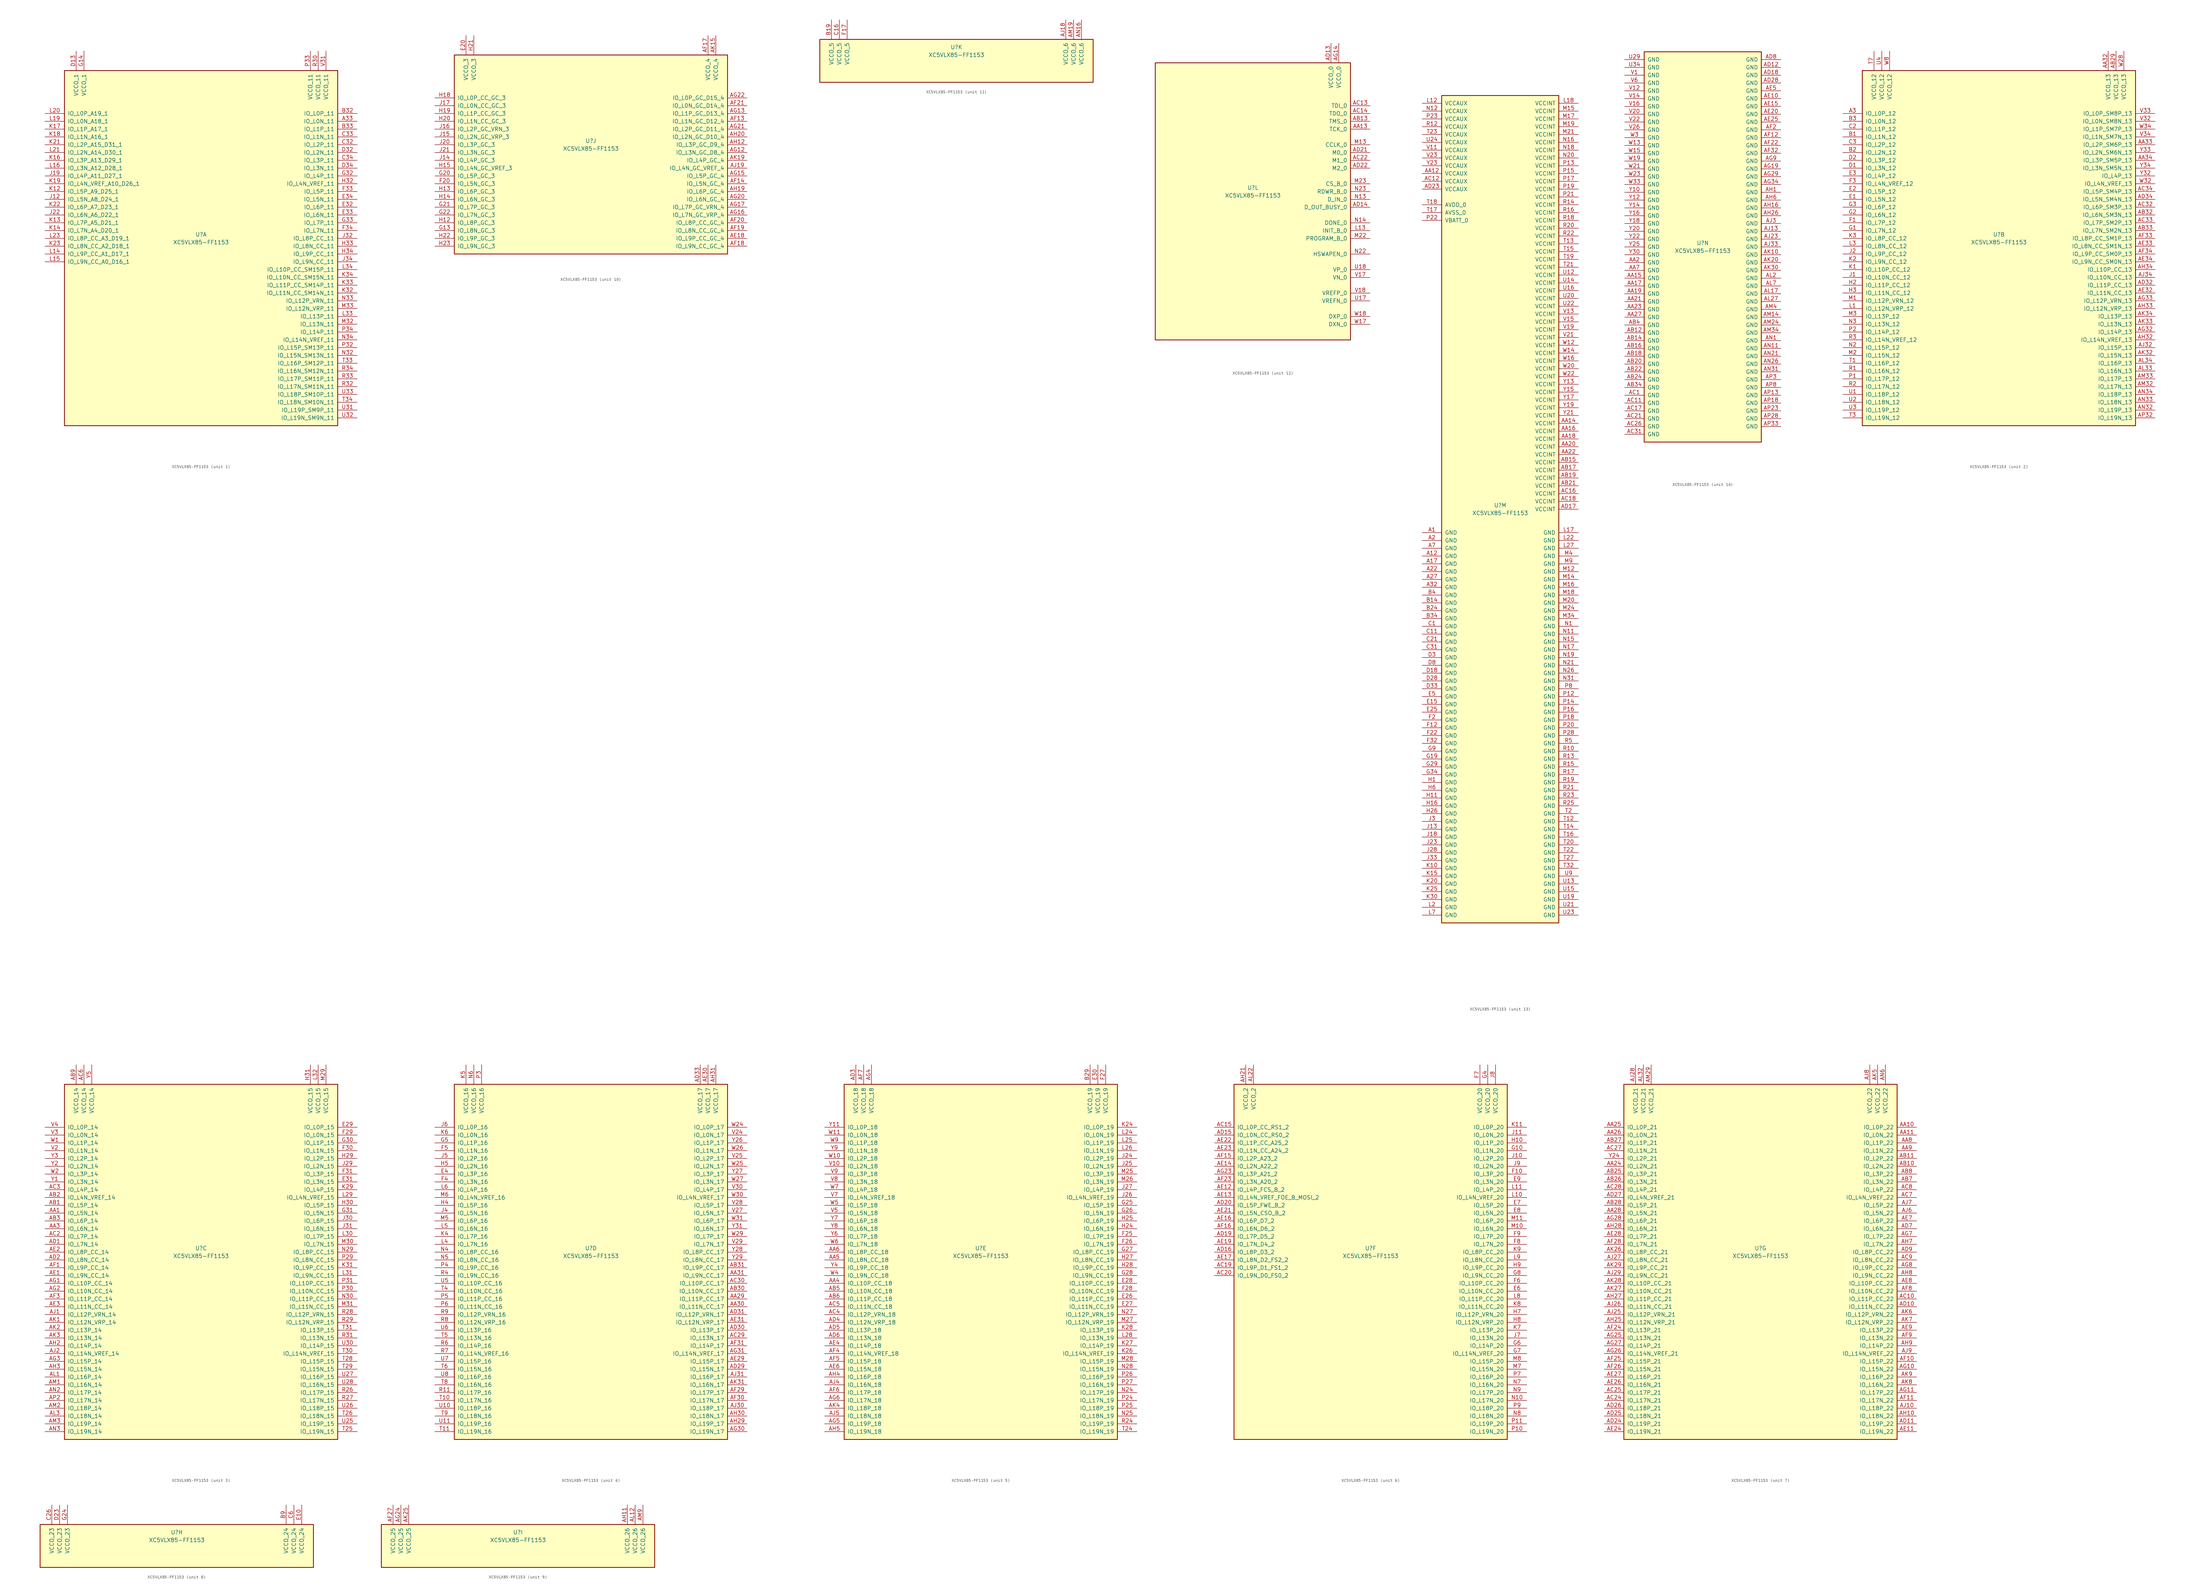
<source format=kicad_sym>
(kicad_symbol_lib
  (version 20211014)
  (generator kicad_symbol_editor)
  (symbol "XC5VLX85-FF1153"
    (pin_names
      (offset 1.016))
    (property "Reference" "U"
      (at 0 1.27 0)
      (effects (font (size 1.27 1.27))))
    (property "Value" "XC5VLX85-FF1153"
      (at 0 -1.27 0)
      (effects (font (size 1.27 1.27))))
    (property "Datasheet" ""
      (at 0 0 0)
      (effects (font (size 1.27 1.27))))
    (property "ki_locked" ""
      (at 0 0 0)
      (effects (font (size 1.27 1.27))))
    (symbol "XC5VLX85-FF1153_1_1"
      (rectangle (start -44.45 54.61) (end 44.45 -60.96) (stroke (width 0.254) (type default) (color 0 0 0 0)) (fill (type background)))
      (pin bidirectional line (at 50.8 38.1 180) (length 6.35) (name "IO_L0N_11" (effects (font (size 1.27 1.27)))) (number "A33" (effects (font (size 1.27 1.27)))))
      (pin bidirectional line (at 50.8 40.64 180) (length 6.35) (name "IO_L0P_11" (effects (font (size 1.27 1.27)))) (number "B32" (effects (font (size 1.27 1.27)))))
      (pin bidirectional line (at 50.8 35.56 180) (length 6.35) (name "IO_L1P_11" (effects (font (size 1.27 1.27)))) (number "B33" (effects (font (size 1.27 1.27)))))
      (pin bidirectional line (at 50.8 30.48 180) (length 6.35) (name "IO_L2P_11" (effects (font (size 1.27 1.27)))) (number "C32" (effects (font (size 1.27 1.27)))))
      (pin bidirectional line (at 50.8 33.02 180) (length 6.35) (name "IO_L1N_11" (effects (font (size 1.27 1.27)))) (number "C33" (effects (font (size 1.27 1.27)))))
      (pin bidirectional line (at 50.8 25.4 180) (length 6.35) (name "IO_L3P_11" (effects (font (size 1.27 1.27)))) (number "C34" (effects (font (size 1.27 1.27)))))
      (pin power_in line (at -40.64 60.96 270) (length 6.35) (name "VCCO_1" (effects (font (size 1.27 1.27)))) (number "D13" (effects (font (size 1.27 1.27)))))
      (pin bidirectional line (at 50.8 27.94 180) (length 6.35) (name "IO_L2N_11" (effects (font (size 1.27 1.27)))) (number "D32" (effects (font (size 1.27 1.27)))))
      (pin bidirectional line (at 50.8 22.86 180) (length 6.35) (name "IO_L3N_11" (effects (font (size 1.27 1.27)))) (number "D34" (effects (font (size 1.27 1.27)))))
      (pin bidirectional line (at 50.8 10.16 180) (length 6.35) (name "IO_L6P_11" (effects (font (size 1.27 1.27)))) (number "E32" (effects (font (size 1.27 1.27)))))
      (pin bidirectional line (at 50.8 7.62 180) (length 6.35) (name "IO_L6N_11" (effects (font (size 1.27 1.27)))) (number "E33" (effects (font (size 1.27 1.27)))))
      (pin bidirectional line (at 50.8 12.7 180) (length 6.35) (name "IO_L5N_11" (effects (font (size 1.27 1.27)))) (number "E34" (effects (font (size 1.27 1.27)))))
      (pin bidirectional line (at 50.8 15.24 180) (length 6.35) (name "IO_L5P_11" (effects (font (size 1.27 1.27)))) (number "F33" (effects (font (size 1.27 1.27)))))
      (pin bidirectional line (at 50.8 2.54 180) (length 6.35) (name "IO_L7N_11" (effects (font (size 1.27 1.27)))) (number "F34" (effects (font (size 1.27 1.27)))))
      (pin power_in line (at -38.1 60.96 270) (length 6.35) (name "VCCO_1" (effects (font (size 1.27 1.27)))) (number "G14" (effects (font (size 1.27 1.27)))))
      (pin bidirectional line (at 50.8 20.32 180) (length 6.35) (name "IO_L4P_11" (effects (font (size 1.27 1.27)))) (number "G32" (effects (font (size 1.27 1.27)))))
      (pin bidirectional line (at 50.8 5.08 180) (length 6.35) (name "IO_L7P_11" (effects (font (size 1.27 1.27)))) (number "G33" (effects (font (size 1.27 1.27)))))
      (pin bidirectional line (at 50.8 17.78 180) (length 6.35) (name "IO_L4N_VREF_11" (effects (font (size 1.27 1.27)))) (number "H32" (effects (font (size 1.27 1.27)))))
      (pin bidirectional line (at 50.8 -2.54 180) (length 6.35) (name "IO_L8N_CC_11" (effects (font (size 1.27 1.27)))) (number "H33" (effects (font (size 1.27 1.27)))))
      (pin bidirectional line (at 50.8 -5.08 180) (length 6.35) (name "IO_L9P_CC_11" (effects (font (size 1.27 1.27)))) (number "H34" (effects (font (size 1.27 1.27)))))
      (pin bidirectional line (at -50.8 12.7 0) (length 6.35) (name "IO_L5N_A8_D24_1" (effects (font (size 1.27 1.27)))) (number "J12" (effects (font (size 1.27 1.27)))))
      (pin bidirectional line (at -50.8 20.32 0) (length 6.35) (name "IO_L4P_A11_D27_1" (effects (font (size 1.27 1.27)))) (number "J19" (effects (font (size 1.27 1.27)))))
      (pin bidirectional line (at -50.8 7.62 0) (length 6.35) (name "IO_L6N_A6_D22_1" (effects (font (size 1.27 1.27)))) (number "J22" (effects (font (size 1.27 1.27)))))
      (pin bidirectional line (at 50.8 0 180) (length 6.35) (name "IO_L8P_CC_11" (effects (font (size 1.27 1.27)))) (number "J32" (effects (font (size 1.27 1.27)))))
      (pin bidirectional line (at 50.8 -7.62 180) (length 6.35) (name "IO_L9N_CC_11" (effects (font (size 1.27 1.27)))) (number "J34" (effects (font (size 1.27 1.27)))))
      (pin bidirectional line (at -50.8 15.24 0) (length 6.35) (name "IO_L5P_A9_D25_1" (effects (font (size 1.27 1.27)))) (number "K12" (effects (font (size 1.27 1.27)))))
      (pin bidirectional line (at -50.8 5.08 0) (length 6.35) (name "IO_L7P_A5_D21_1" (effects (font (size 1.27 1.27)))) (number "K13" (effects (font (size 1.27 1.27)))))
      (pin bidirectional line (at -50.8 2.54 0) (length 6.35) (name "IO_L7N_A4_D20_1" (effects (font (size 1.27 1.27)))) (number "K14" (effects (font (size 1.27 1.27)))))
      (pin bidirectional line (at -50.8 25.4 0) (length 6.35) (name "IO_L3P_A13_D29_1" (effects (font (size 1.27 1.27)))) (number "K16" (effects (font (size 1.27 1.27)))))
      (pin bidirectional line (at -50.8 35.56 0) (length 6.35) (name "IO_L1P_A17_1" (effects (font (size 1.27 1.27)))) (number "K17" (effects (font (size 1.27 1.27)))))
      (pin bidirectional line (at -50.8 33.02 0) (length 6.35) (name "IO_L1N_A16_1" (effects (font (size 1.27 1.27)))) (number "K18" (effects (font (size 1.27 1.27)))))
      (pin bidirectional line (at -50.8 17.78 0) (length 6.35) (name "IO_L4N_VREF_A10_D26_1" (effects (font (size 1.27 1.27)))) (number "K19" (effects (font (size 1.27 1.27)))))
      (pin bidirectional line (at -50.8 30.48 0) (length 6.35) (name "IO_L2P_A15_D31_1" (effects (font (size 1.27 1.27)))) (number "K21" (effects (font (size 1.27 1.27)))))
      (pin bidirectional line (at -50.8 10.16 0) (length 6.35) (name "IO_L6P_A7_D23_1" (effects (font (size 1.27 1.27)))) (number "K22" (effects (font (size 1.27 1.27)))))
      (pin bidirectional line (at -50.8 -2.54 0) (length 6.35) (name "IO_L8N_CC_A2_D18_1" (effects (font (size 1.27 1.27)))) (number "K23" (effects (font (size 1.27 1.27)))))
      (pin bidirectional line (at 50.8 -17.78 180) (length 6.35) (name "IO_L11N_CC_SM14N_11" (effects (font (size 1.27 1.27)))) (number "K32" (effects (font (size 1.27 1.27)))))
      (pin bidirectional line (at 50.8 -15.24 180) (length 6.35) (name "IO_L11P_CC_SM14P_11" (effects (font (size 1.27 1.27)))) (number "K33" (effects (font (size 1.27 1.27)))))
      (pin bidirectional line (at 50.8 -12.7 180) (length 6.35) (name "IO_L10N_CC_SM15N_11" (effects (font (size 1.27 1.27)))) (number "K34" (effects (font (size 1.27 1.27)))))
      (pin bidirectional line (at -50.8 -5.08 0) (length 6.35) (name "IO_L9P_CC_A1_D17_1" (effects (font (size 1.27 1.27)))) (number "L14" (effects (font (size 1.27 1.27)))))
      (pin bidirectional line (at -50.8 -7.62 0) (length 6.35) (name "IO_L9N_CC_A0_D16_1" (effects (font (size 1.27 1.27)))) (number "L15" (effects (font (size 1.27 1.27)))))
      (pin bidirectional line (at -50.8 22.86 0) (length 6.35) (name "IO_L3N_A12_D28_1" (effects (font (size 1.27 1.27)))) (number "L16" (effects (font (size 1.27 1.27)))))
      (pin bidirectional line (at -50.8 38.1 0) (length 6.35) (name "IO_L0N_A18_1" (effects (font (size 1.27 1.27)))) (number "L19" (effects (font (size 1.27 1.27)))))
      (pin bidirectional line (at -50.8 40.64 0) (length 6.35) (name "IO_L0P_A19_1" (effects (font (size 1.27 1.27)))) (number "L20" (effects (font (size 1.27 1.27)))))
      (pin bidirectional line (at -50.8 27.94 0) (length 6.35) (name "IO_L2N_A14_D30_1" (effects (font (size 1.27 1.27)))) (number "L21" (effects (font (size 1.27 1.27)))))
      (pin bidirectional line (at -50.8 0 0) (length 6.35) (name "IO_L8P_CC_A3_D19_1" (effects (font (size 1.27 1.27)))) (number "L23" (effects (font (size 1.27 1.27)))))
      (pin bidirectional line (at 50.8 -25.4 180) (length 6.35) (name "IO_L13P_11" (effects (font (size 1.27 1.27)))) (number "L33" (effects (font (size 1.27 1.27)))))
      (pin bidirectional line (at 50.8 -10.16 180) (length 6.35) (name "IO_L10P_CC_SM15P_11" (effects (font (size 1.27 1.27)))) (number "L34" (effects (font (size 1.27 1.27)))))
      (pin bidirectional line (at 50.8 -27.94 180) (length 6.35) (name "IO_L13N_11" (effects (font (size 1.27 1.27)))) (number "M32" (effects (font (size 1.27 1.27)))))
      (pin bidirectional line (at 50.8 -22.86 180) (length 6.35) (name "IO_L12N_VRP_11" (effects (font (size 1.27 1.27)))) (number "M33" (effects (font (size 1.27 1.27)))))
      (pin bidirectional line (at 50.8 -38.1 180) (length 6.35) (name "IO_L15N_SM13N_11" (effects (font (size 1.27 1.27)))) (number "N32" (effects (font (size 1.27 1.27)))))
      (pin bidirectional line (at 50.8 -20.32 180) (length 6.35) (name "IO_L12P_VRN_11" (effects (font (size 1.27 1.27)))) (number "N33" (effects (font (size 1.27 1.27)))))
      (pin bidirectional line (at 50.8 -33.02 180) (length 6.35) (name "IO_L14N_VREF_11" (effects (font (size 1.27 1.27)))) (number "N34" (effects (font (size 1.27 1.27)))))
      (pin bidirectional line (at 50.8 -35.56 180) (length 6.35) (name "IO_L15P_SM13P_11" (effects (font (size 1.27 1.27)))) (number "P32" (effects (font (size 1.27 1.27)))))
      (pin power_in line (at 35.56 60.96 270) (length 6.35) (name "VCCO_11" (effects (font (size 1.27 1.27)))) (number "P33" (effects (font (size 1.27 1.27)))))
      (pin bidirectional line (at 50.8 -30.48 180) (length 6.35) (name "IO_L14P_11" (effects (font (size 1.27 1.27)))) (number "P34" (effects (font (size 1.27 1.27)))))
      (pin power_in line (at 38.1 60.96 270) (length 6.35) (name "VCCO_11" (effects (font (size 1.27 1.27)))) (number "R30" (effects (font (size 1.27 1.27)))))
      (pin bidirectional line (at 50.8 -48.26 180) (length 6.35) (name "IO_L17N_SM11N_11" (effects (font (size 1.27 1.27)))) (number "R32" (effects (font (size 1.27 1.27)))))
      (pin bidirectional line (at 50.8 -45.72 180) (length 6.35) (name "IO_L17P_SM11P_11" (effects (font (size 1.27 1.27)))) (number "R33" (effects (font (size 1.27 1.27)))))
      (pin bidirectional line (at 50.8 -43.18 180) (length 6.35) (name "IO_L16N_SM12N_11" (effects (font (size 1.27 1.27)))) (number "R34" (effects (font (size 1.27 1.27)))))
      (pin bidirectional line (at 50.8 -40.64 180) (length 6.35) (name "IO_L16P_SM12P_11" (effects (font (size 1.27 1.27)))) (number "T33" (effects (font (size 1.27 1.27)))))
      (pin bidirectional line (at 50.8 -53.34 180) (length 6.35) (name "IO_L18N_SM10N_11" (effects (font (size 1.27 1.27)))) (number "T34" (effects (font (size 1.27 1.27)))))
      (pin bidirectional line (at 50.8 -55.88 180) (length 6.35) (name "IO_L19P_SM9P_11" (effects (font (size 1.27 1.27)))) (number "U31" (effects (font (size 1.27 1.27)))))
      (pin bidirectional line (at 50.8 -58.42 180) (length 6.35) (name "IO_L19N_SM9N_11" (effects (font (size 1.27 1.27)))) (number "U32" (effects (font (size 1.27 1.27)))))
      (pin bidirectional line (at 50.8 -50.8 180) (length 6.35) (name "IO_L18P_SM10P_11" (effects (font (size 1.27 1.27)))) (number "U33" (effects (font (size 1.27 1.27)))))
      (pin power_in line (at 40.64 60.96 270) (length 6.35) (name "VCCO_11" (effects (font (size 1.27 1.27)))) (number "V31" (effects (font (size 1.27 1.27))))))
    (symbol "XC5VLX85-FF1153_2_1"
      (rectangle (start -44.45 54.61) (end 44.45 -60.96) (stroke (width 0.254) (type default) (color 0 0 0 0)) (fill (type background)))
      (pin bidirectional line (at -50.8 40.64 0) (length 6.35) (name "IO_L0P_12" (effects (font (size 1.27 1.27)))) (number "A3" (effects (font (size 1.27 1.27)))))
      (pin power_in line (at 35.56 60.96 270) (length 6.35) (name "VCCO_13" (effects (font (size 1.27 1.27)))) (number "AA32" (effects (font (size 1.27 1.27)))))
      (pin bidirectional line (at 50.8 30.48 180) (length 6.35) (name "IO_L2P_SM6P_13" (effects (font (size 1.27 1.27)))) (number "AA33" (effects (font (size 1.27 1.27)))))
      (pin bidirectional line (at 50.8 25.4 180) (length 6.35) (name "IO_L3P_SM5P_13" (effects (font (size 1.27 1.27)))) (number "AA34" (effects (font (size 1.27 1.27)))))
      (pin power_in line (at 38.1 60.96 270) (length 6.35) (name "VCCO_13" (effects (font (size 1.27 1.27)))) (number "AB29" (effects (font (size 1.27 1.27)))))
      (pin bidirectional line (at 50.8 7.62 180) (length 6.35) (name "IO_L6N_SM3N_13" (effects (font (size 1.27 1.27)))) (number "AB32" (effects (font (size 1.27 1.27)))))
      (pin bidirectional line (at 50.8 2.54 180) (length 6.35) (name "IO_L7N_SM2N_13" (effects (font (size 1.27 1.27)))) (number "AB33" (effects (font (size 1.27 1.27)))))
      (pin bidirectional line (at 50.8 10.16 180) (length 6.35) (name "IO_L6P_SM3P_13" (effects (font (size 1.27 1.27)))) (number "AC32" (effects (font (size 1.27 1.27)))))
      (pin bidirectional line (at 50.8 5.08 180) (length 6.35) (name "IO_L7P_SM2P_13" (effects (font (size 1.27 1.27)))) (number "AC33" (effects (font (size 1.27 1.27)))))
      (pin bidirectional line (at 50.8 15.24 180) (length 6.35) (name "IO_L5P_SM4P_13" (effects (font (size 1.27 1.27)))) (number "AC34" (effects (font (size 1.27 1.27)))))
      (pin bidirectional line (at 50.8 -15.24 180) (length 6.35) (name "IO_L11P_CC_13" (effects (font (size 1.27 1.27)))) (number "AD32" (effects (font (size 1.27 1.27)))))
      (pin bidirectional line (at 50.8 12.7 180) (length 6.35) (name "IO_L5N_SM4N_13" (effects (font (size 1.27 1.27)))) (number "AD34" (effects (font (size 1.27 1.27)))))
      (pin bidirectional line (at 50.8 -17.78 180) (length 6.35) (name "IO_L11N_CC_13" (effects (font (size 1.27 1.27)))) (number "AE32" (effects (font (size 1.27 1.27)))))
      (pin bidirectional line (at 50.8 -2.54 180) (length 6.35) (name "IO_L8N_CC_SM1N_13" (effects (font (size 1.27 1.27)))) (number "AE33" (effects (font (size 1.27 1.27)))))
      (pin bidirectional line (at 50.8 -7.62 180) (length 6.35) (name "IO_L9N_CC_SM0N_13" (effects (font (size 1.27 1.27)))) (number "AE34" (effects (font (size 1.27 1.27)))))
      (pin bidirectional line (at 50.8 0 180) (length 6.35) (name "IO_L8P_CC_SM1P_13" (effects (font (size 1.27 1.27)))) (number "AF33" (effects (font (size 1.27 1.27)))))
      (pin bidirectional line (at 50.8 -5.08 180) (length 6.35) (name "IO_L9P_CC_SM0P_13" (effects (font (size 1.27 1.27)))) (number "AF34" (effects (font (size 1.27 1.27)))))
      (pin bidirectional line (at 50.8 -30.48 180) (length 6.35) (name "IO_L14P_13" (effects (font (size 1.27 1.27)))) (number "AG32" (effects (font (size 1.27 1.27)))))
      (pin bidirectional line (at 50.8 -20.32 180) (length 6.35) (name "IO_L12P_VRN_13" (effects (font (size 1.27 1.27)))) (number "AG33" (effects (font (size 1.27 1.27)))))
      (pin bidirectional line (at 50.8 -33.02 180) (length 6.35) (name "IO_L14N_VREF_13" (effects (font (size 1.27 1.27)))) (number "AH32" (effects (font (size 1.27 1.27)))))
      (pin bidirectional line (at 50.8 -22.86 180) (length 6.35) (name "IO_L12N_VRP_13" (effects (font (size 1.27 1.27)))) (number "AH33" (effects (font (size 1.27 1.27)))))
      (pin bidirectional line (at 50.8 -10.16 180) (length 6.35) (name "IO_L10P_CC_13" (effects (font (size 1.27 1.27)))) (number "AH34" (effects (font (size 1.27 1.27)))))
      (pin bidirectional line (at 50.8 -35.56 180) (length 6.35) (name "IO_L15P_13" (effects (font (size 1.27 1.27)))) (number "AJ32" (effects (font (size 1.27 1.27)))))
      (pin bidirectional line (at 50.8 -12.7 180) (length 6.35) (name "IO_L10N_CC_13" (effects (font (size 1.27 1.27)))) (number "AJ34" (effects (font (size 1.27 1.27)))))
      (pin bidirectional line (at 50.8 -38.1 180) (length 6.35) (name "IO_L15N_13" (effects (font (size 1.27 1.27)))) (number "AK32" (effects (font (size 1.27 1.27)))))
      (pin bidirectional line (at 50.8 -27.94 180) (length 6.35) (name "IO_L13N_13" (effects (font (size 1.27 1.27)))) (number "AK33" (effects (font (size 1.27 1.27)))))
      (pin bidirectional line (at 50.8 -25.4 180) (length 6.35) (name "IO_L13P_13" (effects (font (size 1.27 1.27)))) (number "AK34" (effects (font (size 1.27 1.27)))))
      (pin bidirectional line (at 50.8 -43.18 180) (length 6.35) (name "IO_L16N_13" (effects (font (size 1.27 1.27)))) (number "AL33" (effects (font (size 1.27 1.27)))))
      (pin bidirectional line (at 50.8 -40.64 180) (length 6.35) (name "IO_L16P_13" (effects (font (size 1.27 1.27)))) (number "AL34" (effects (font (size 1.27 1.27)))))
      (pin bidirectional line (at 50.8 -48.26 180) (length 6.35) (name "IO_L17N_13" (effects (font (size 1.27 1.27)))) (number "AM32" (effects (font (size 1.27 1.27)))))
      (pin bidirectional line (at 50.8 -45.72 180) (length 6.35) (name "IO_L17P_13" (effects (font (size 1.27 1.27)))) (number "AM33" (effects (font (size 1.27 1.27)))))
      (pin bidirectional line (at 50.8 -55.88 180) (length 6.35) (name "IO_L19P_13" (effects (font (size 1.27 1.27)))) (number "AN32" (effects (font (size 1.27 1.27)))))
      (pin bidirectional line (at 50.8 -53.34 180) (length 6.35) (name "IO_L18N_13" (effects (font (size 1.27 1.27)))) (number "AN33" (effects (font (size 1.27 1.27)))))
      (pin bidirectional line (at 50.8 -50.8 180) (length 6.35) (name "IO_L18P_13" (effects (font (size 1.27 1.27)))) (number "AN34" (effects (font (size 1.27 1.27)))))
      (pin bidirectional line (at 50.8 -58.42 180) (length 6.35) (name "IO_L19N_13" (effects (font (size 1.27 1.27)))) (number "AP32" (effects (font (size 1.27 1.27)))))
      (pin bidirectional line (at -50.8 33.02 0) (length 6.35) (name "IO_L1N_12" (effects (font (size 1.27 1.27)))) (number "B1" (effects (font (size 1.27 1.27)))))
      (pin bidirectional line (at -50.8 27.94 0) (length 6.35) (name "IO_L2N_12" (effects (font (size 1.27 1.27)))) (number "B2" (effects (font (size 1.27 1.27)))))
      (pin bidirectional line (at -50.8 38.1 0) (length 6.35) (name "IO_L0N_12" (effects (font (size 1.27 1.27)))) (number "B3" (effects (font (size 1.27 1.27)))))
      (pin bidirectional line (at -50.8 35.56 0) (length 6.35) (name "IO_L1P_12" (effects (font (size 1.27 1.27)))) (number "C2" (effects (font (size 1.27 1.27)))))
      (pin bidirectional line (at -50.8 30.48 0) (length 6.35) (name "IO_L2P_12" (effects (font (size 1.27 1.27)))) (number "C3" (effects (font (size 1.27 1.27)))))
      (pin bidirectional line (at -50.8 22.86 0) (length 6.35) (name "IO_L3N_12" (effects (font (size 1.27 1.27)))) (number "D1" (effects (font (size 1.27 1.27)))))
      (pin bidirectional line (at -50.8 25.4 0) (length 6.35) (name "IO_L3P_12" (effects (font (size 1.27 1.27)))) (number "D2" (effects (font (size 1.27 1.27)))))
      (pin bidirectional line (at -50.8 12.7 0) (length 6.35) (name "IO_L5N_12" (effects (font (size 1.27 1.27)))) (number "E1" (effects (font (size 1.27 1.27)))))
      (pin bidirectional line (at -50.8 15.24 0) (length 6.35) (name "IO_L5P_12" (effects (font (size 1.27 1.27)))) (number "E2" (effects (font (size 1.27 1.27)))))
      (pin bidirectional line (at -50.8 20.32 0) (length 6.35) (name "IO_L4P_12" (effects (font (size 1.27 1.27)))) (number "E3" (effects (font (size 1.27 1.27)))))
      (pin bidirectional line (at -50.8 5.08 0) (length 6.35) (name "IO_L7P_12" (effects (font (size 1.27 1.27)))) (number "F1" (effects (font (size 1.27 1.27)))))
      (pin bidirectional line (at -50.8 17.78 0) (length 6.35) (name "IO_L4N_VREF_12" (effects (font (size 1.27 1.27)))) (number "F3" (effects (font (size 1.27 1.27)))))
      (pin bidirectional line (at -50.8 2.54 0) (length 6.35) (name "IO_L7N_12" (effects (font (size 1.27 1.27)))) (number "G1" (effects (font (size 1.27 1.27)))))
      (pin bidirectional line (at -50.8 7.62 0) (length 6.35) (name "IO_L6N_12" (effects (font (size 1.27 1.27)))) (number "G2" (effects (font (size 1.27 1.27)))))
      (pin bidirectional line (at -50.8 10.16 0) (length 6.35) (name "IO_L6P_12" (effects (font (size 1.27 1.27)))) (number "G3" (effects (font (size 1.27 1.27)))))
      (pin bidirectional line (at -50.8 -15.24 0) (length 6.35) (name "IO_L11P_CC_12" (effects (font (size 1.27 1.27)))) (number "H2" (effects (font (size 1.27 1.27)))))
      (pin bidirectional line (at -50.8 -17.78 0) (length 6.35) (name "IO_L11N_CC_12" (effects (font (size 1.27 1.27)))) (number "H3" (effects (font (size 1.27 1.27)))))
      (pin bidirectional line (at -50.8 -12.7 0) (length 6.35) (name "IO_L10N_CC_12" (effects (font (size 1.27 1.27)))) (number "J1" (effects (font (size 1.27 1.27)))))
      (pin bidirectional line (at -50.8 -5.08 0) (length 6.35) (name "IO_L9P_CC_12" (effects (font (size 1.27 1.27)))) (number "J2" (effects (font (size 1.27 1.27)))))
      (pin bidirectional line (at -50.8 -10.16 0) (length 6.35) (name "IO_L10P_CC_12" (effects (font (size 1.27 1.27)))) (number "K1" (effects (font (size 1.27 1.27)))))
      (pin bidirectional line (at -50.8 -7.62 0) (length 6.35) (name "IO_L9N_CC_12" (effects (font (size 1.27 1.27)))) (number "K2" (effects (font (size 1.27 1.27)))))
      (pin bidirectional line (at -50.8 0 0) (length 6.35) (name "IO_L8P_CC_12" (effects (font (size 1.27 1.27)))) (number "K3" (effects (font (size 1.27 1.27)))))
      (pin bidirectional line (at -50.8 -22.86 0) (length 6.35) (name "IO_L12N_VRP_12" (effects (font (size 1.27 1.27)))) (number "L1" (effects (font (size 1.27 1.27)))))
      (pin bidirectional line (at -50.8 -2.54 0) (length 6.35) (name "IO_L8N_CC_12" (effects (font (size 1.27 1.27)))) (number "L3" (effects (font (size 1.27 1.27)))))
      (pin bidirectional line (at -50.8 -20.32 0) (length 6.35) (name "IO_L12P_VRN_12" (effects (font (size 1.27 1.27)))) (number "M1" (effects (font (size 1.27 1.27)))))
      (pin bidirectional line (at -50.8 -38.1 0) (length 6.35) (name "IO_L15N_12" (effects (font (size 1.27 1.27)))) (number "M2" (effects (font (size 1.27 1.27)))))
      (pin bidirectional line (at -50.8 -25.4 0) (length 6.35) (name "IO_L13P_12" (effects (font (size 1.27 1.27)))) (number "M3" (effects (font (size 1.27 1.27)))))
      (pin bidirectional line (at -50.8 -35.56 0) (length 6.35) (name "IO_L15P_12" (effects (font (size 1.27 1.27)))) (number "N2" (effects (font (size 1.27 1.27)))))
      (pin bidirectional line (at -50.8 -27.94 0) (length 6.35) (name "IO_L13N_12" (effects (font (size 1.27 1.27)))) (number "N3" (effects (font (size 1.27 1.27)))))
      (pin bidirectional line (at -50.8 -45.72 0) (length 6.35) (name "IO_L17P_12" (effects (font (size 1.27 1.27)))) (number "P1" (effects (font (size 1.27 1.27)))))
      (pin bidirectional line (at -50.8 -30.48 0) (length 6.35) (name "IO_L14P_12" (effects (font (size 1.27 1.27)))) (number "P2" (effects (font (size 1.27 1.27)))))
      (pin bidirectional line (at -50.8 -43.18 0) (length 6.35) (name "IO_L16N_12" (effects (font (size 1.27 1.27)))) (number "R1" (effects (font (size 1.27 1.27)))))
      (pin bidirectional line (at -50.8 -48.26 0) (length 6.35) (name "IO_L17N_12" (effects (font (size 1.27 1.27)))) (number "R2" (effects (font (size 1.27 1.27)))))
      (pin bidirectional line (at -50.8 -33.02 0) (length 6.35) (name "IO_L14N_VREF_12" (effects (font (size 1.27 1.27)))) (number "R3" (effects (font (size 1.27 1.27)))))
      (pin bidirectional line (at -50.8 -40.64 0) (length 6.35) (name "IO_L16P_12" (effects (font (size 1.27 1.27)))) (number "T1" (effects (font (size 1.27 1.27)))))
      (pin bidirectional line (at -50.8 -58.42 0) (length 6.35) (name "IO_L19N_12" (effects (font (size 1.27 1.27)))) (number "T3" (effects (font (size 1.27 1.27)))))
      (pin power_in line (at -40.64 60.96 270) (length 6.35) (name "VCCO_12" (effects (font (size 1.27 1.27)))) (number "T7" (effects (font (size 1.27 1.27)))))
      (pin bidirectional line (at -50.8 -50.8 0) (length 6.35) (name "IO_L18P_12" (effects (font (size 1.27 1.27)))) (number "U1" (effects (font (size 1.27 1.27)))))
      (pin bidirectional line (at -50.8 -53.34 0) (length 6.35) (name "IO_L18N_12" (effects (font (size 1.27 1.27)))) (number "U2" (effects (font (size 1.27 1.27)))))
      (pin bidirectional line (at -50.8 -55.88 0) (length 6.35) (name "IO_L19P_12" (effects (font (size 1.27 1.27)))) (number "U3" (effects (font (size 1.27 1.27)))))
      (pin power_in line (at -38.1 60.96 270) (length 6.35) (name "VCCO_12" (effects (font (size 1.27 1.27)))) (number "U4" (effects (font (size 1.27 1.27)))))
      (pin bidirectional line (at 50.8 38.1 180) (length 6.35) (name "IO_L0N_SM8N_13" (effects (font (size 1.27 1.27)))) (number "V32" (effects (font (size 1.27 1.27)))))
      (pin bidirectional line (at 50.8 40.64 180) (length 6.35) (name "IO_L0P_SM8P_13" (effects (font (size 1.27 1.27)))) (number "V33" (effects (font (size 1.27 1.27)))))
      (pin bidirectional line (at 50.8 33.02 180) (length 6.35) (name "IO_L1N_SM7N_13" (effects (font (size 1.27 1.27)))) (number "V34" (effects (font (size 1.27 1.27)))))
      (pin power_in line (at 40.64 60.96 270) (length 6.35) (name "VCCO_13" (effects (font (size 1.27 1.27)))) (number "W28" (effects (font (size 1.27 1.27)))))
      (pin bidirectional line (at 50.8 17.78 180) (length 6.35) (name "IO_L4N_VREF_13" (effects (font (size 1.27 1.27)))) (number "W32" (effects (font (size 1.27 1.27)))))
      (pin bidirectional line (at 50.8 35.56 180) (length 6.35) (name "IO_L1P_SM7P_13" (effects (font (size 1.27 1.27)))) (number "W34" (effects (font (size 1.27 1.27)))))
      (pin power_in line (at -35.56 60.96 270) (length 6.35) (name "VCCO_12" (effects (font (size 1.27 1.27)))) (number "W8" (effects (font (size 1.27 1.27)))))
      (pin bidirectional line (at 50.8 20.32 180) (length 6.35) (name "IO_L4P_13" (effects (font (size 1.27 1.27)))) (number "Y32" (effects (font (size 1.27 1.27)))))
      (pin bidirectional line (at 50.8 27.94 180) (length 6.35) (name "IO_L2N_SM6N_13" (effects (font (size 1.27 1.27)))) (number "Y33" (effects (font (size 1.27 1.27)))))
      (pin bidirectional line (at 50.8 22.86 180) (length 6.35) (name "IO_L3N_SM5N_13" (effects (font (size 1.27 1.27)))) (number "Y34" (effects (font (size 1.27 1.27))))))
    (symbol "XC5VLX85-FF1153_3_1"
      (rectangle (start -44.45 54.61) (end 44.45 -60.96) (stroke (width 0.254) (type default) (color 0 0 0 0)) (fill (type background)))
      (pin bidirectional line (at -50.8 12.7 0) (length 6.35) (name "IO_L5N_14" (effects (font (size 1.27 1.27)))) (number "AA1" (effects (font (size 1.27 1.27)))))
      (pin bidirectional line (at -50.8 7.62 0) (length 6.35) (name "IO_L6N_14" (effects (font (size 1.27 1.27)))) (number "AA3" (effects (font (size 1.27 1.27)))))
      (pin bidirectional line (at -50.8 15.24 0) (length 6.35) (name "IO_L5P_14" (effects (font (size 1.27 1.27)))) (number "AB1" (effects (font (size 1.27 1.27)))))
      (pin bidirectional line (at -50.8 17.78 0) (length 6.35) (name "IO_L4N_VREF_14" (effects (font (size 1.27 1.27)))) (number "AB2" (effects (font (size 1.27 1.27)))))
      (pin bidirectional line (at -50.8 10.16 0) (length 6.35) (name "IO_L6P_14" (effects (font (size 1.27 1.27)))) (number "AB3" (effects (font (size 1.27 1.27)))))
      (pin power_in line (at -40.64 60.96 270) (length 6.35) (name "VCCO_14" (effects (font (size 1.27 1.27)))) (number "AB9" (effects (font (size 1.27 1.27)))))
      (pin bidirectional line (at -50.8 5.08 0) (length 6.35) (name "IO_L7P_14" (effects (font (size 1.27 1.27)))) (number "AC2" (effects (font (size 1.27 1.27)))))
      (pin bidirectional line (at -50.8 20.32 0) (length 6.35) (name "IO_L4P_14" (effects (font (size 1.27 1.27)))) (number "AC3" (effects (font (size 1.27 1.27)))))
      (pin power_in line (at -38.1 60.96 270) (length 6.35) (name "VCCO_14" (effects (font (size 1.27 1.27)))) (number "AC6" (effects (font (size 1.27 1.27)))))
      (pin bidirectional line (at -50.8 2.54 0) (length 6.35) (name "IO_L7N_14" (effects (font (size 1.27 1.27)))) (number "AD1" (effects (font (size 1.27 1.27)))))
      (pin bidirectional line (at -50.8 -2.54 0) (length 6.35) (name "IO_L8N_CC_14" (effects (font (size 1.27 1.27)))) (number "AD2" (effects (font (size 1.27 1.27)))))
      (pin bidirectional line (at -50.8 -7.62 0) (length 6.35) (name "IO_L9N_CC_14" (effects (font (size 1.27 1.27)))) (number "AE1" (effects (font (size 1.27 1.27)))))
      (pin bidirectional line (at -50.8 0 0) (length 6.35) (name "IO_L8P_CC_14" (effects (font (size 1.27 1.27)))) (number "AE2" (effects (font (size 1.27 1.27)))))
      (pin bidirectional line (at -50.8 -17.78 0) (length 6.35) (name "IO_L11N_CC_14" (effects (font (size 1.27 1.27)))) (number "AE3" (effects (font (size 1.27 1.27)))))
      (pin bidirectional line (at -50.8 -5.08 0) (length 6.35) (name "IO_L9P_CC_14" (effects (font (size 1.27 1.27)))) (number "AF1" (effects (font (size 1.27 1.27)))))
      (pin bidirectional line (at -50.8 -15.24 0) (length 6.35) (name "IO_L11P_CC_14" (effects (font (size 1.27 1.27)))) (number "AF3" (effects (font (size 1.27 1.27)))))
      (pin bidirectional line (at -50.8 -10.16 0) (length 6.35) (name "IO_L10P_CC_14" (effects (font (size 1.27 1.27)))) (number "AG1" (effects (font (size 1.27 1.27)))))
      (pin bidirectional line (at -50.8 -12.7 0) (length 6.35) (name "IO_L10N_CC_14" (effects (font (size 1.27 1.27)))) (number "AG2" (effects (font (size 1.27 1.27)))))
      (pin bidirectional line (at -50.8 -35.56 0) (length 6.35) (name "IO_L15P_14" (effects (font (size 1.27 1.27)))) (number "AG3" (effects (font (size 1.27 1.27)))))
      (pin bidirectional line (at -50.8 -30.48 0) (length 6.35) (name "IO_L14P_14" (effects (font (size 1.27 1.27)))) (number "AH2" (effects (font (size 1.27 1.27)))))
      (pin bidirectional line (at -50.8 -38.1 0) (length 6.35) (name "IO_L15N_14" (effects (font (size 1.27 1.27)))) (number "AH3" (effects (font (size 1.27 1.27)))))
      (pin bidirectional line (at -50.8 -20.32 0) (length 6.35) (name "IO_L12P_VRN_14" (effects (font (size 1.27 1.27)))) (number "AJ1" (effects (font (size 1.27 1.27)))))
      (pin bidirectional line (at -50.8 -33.02 0) (length 6.35) (name "IO_L14N_VREF_14" (effects (font (size 1.27 1.27)))) (number "AJ2" (effects (font (size 1.27 1.27)))))
      (pin bidirectional line (at -50.8 -22.86 0) (length 6.35) (name "IO_L12N_VRP_14" (effects (font (size 1.27 1.27)))) (number "AK1" (effects (font (size 1.27 1.27)))))
      (pin bidirectional line (at -50.8 -25.4 0) (length 6.35) (name "IO_L13P_14" (effects (font (size 1.27 1.27)))) (number "AK2" (effects (font (size 1.27 1.27)))))
      (pin bidirectional line (at -50.8 -27.94 0) (length 6.35) (name "IO_L13N_14" (effects (font (size 1.27 1.27)))) (number "AK3" (effects (font (size 1.27 1.27)))))
      (pin bidirectional line (at -50.8 -40.64 0) (length 6.35) (name "IO_L16P_14" (effects (font (size 1.27 1.27)))) (number "AL1" (effects (font (size 1.27 1.27)))))
      (pin bidirectional line (at -50.8 -53.34 0) (length 6.35) (name "IO_L18N_14" (effects (font (size 1.27 1.27)))) (number "AL3" (effects (font (size 1.27 1.27)))))
      (pin bidirectional line (at -50.8 -43.18 0) (length 6.35) (name "IO_L16N_14" (effects (font (size 1.27 1.27)))) (number "AM1" (effects (font (size 1.27 1.27)))))
      (pin bidirectional line (at -50.8 -50.8 0) (length 6.35) (name "IO_L18P_14" (effects (font (size 1.27 1.27)))) (number "AM2" (effects (font (size 1.27 1.27)))))
      (pin bidirectional line (at -50.8 -55.88 0) (length 6.35) (name "IO_L19P_14" (effects (font (size 1.27 1.27)))) (number "AM3" (effects (font (size 1.27 1.27)))))
      (pin bidirectional line (at -50.8 -45.72 0) (length 6.35) (name "IO_L17P_14" (effects (font (size 1.27 1.27)))) (number "AN2" (effects (font (size 1.27 1.27)))))
      (pin bidirectional line (at -50.8 -58.42 0) (length 6.35) (name "IO_L19N_14" (effects (font (size 1.27 1.27)))) (number "AN3" (effects (font (size 1.27 1.27)))))
      (pin bidirectional line (at -50.8 -48.26 0) (length 6.35) (name "IO_L17N_14" (effects (font (size 1.27 1.27)))) (number "AP2" (effects (font (size 1.27 1.27)))))
      (pin bidirectional line (at 50.8 40.64 180) (length 6.35) (name "IO_L0P_15" (effects (font (size 1.27 1.27)))) (number "E29" (effects (font (size 1.27 1.27)))))
      (pin bidirectional line (at 50.8 22.86 180) (length 6.35) (name "IO_L3N_15" (effects (font (size 1.27 1.27)))) (number "E31" (effects (font (size 1.27 1.27)))))
      (pin bidirectional line (at 50.8 38.1 180) (length 6.35) (name "IO_L0N_15" (effects (font (size 1.27 1.27)))) (number "F29" (effects (font (size 1.27 1.27)))))
      (pin bidirectional line (at 50.8 33.02 180) (length 6.35) (name "IO_L1N_15" (effects (font (size 1.27 1.27)))) (number "F30" (effects (font (size 1.27 1.27)))))
      (pin bidirectional line (at 50.8 25.4 180) (length 6.35) (name "IO_L3P_15" (effects (font (size 1.27 1.27)))) (number "F31" (effects (font (size 1.27 1.27)))))
      (pin bidirectional line (at 50.8 35.56 180) (length 6.35) (name "IO_L1P_15" (effects (font (size 1.27 1.27)))) (number "G30" (effects (font (size 1.27 1.27)))))
      (pin bidirectional line (at 50.8 12.7 180) (length 6.35) (name "IO_L5N_15" (effects (font (size 1.27 1.27)))) (number "G31" (effects (font (size 1.27 1.27)))))
      (pin bidirectional line (at 50.8 30.48 180) (length 6.35) (name "IO_L2P_15" (effects (font (size 1.27 1.27)))) (number "H29" (effects (font (size 1.27 1.27)))))
      (pin bidirectional line (at 50.8 15.24 180) (length 6.35) (name "IO_L5P_15" (effects (font (size 1.27 1.27)))) (number "H30" (effects (font (size 1.27 1.27)))))
      (pin power_in line (at 35.56 60.96 270) (length 6.35) (name "VCCO_15" (effects (font (size 1.27 1.27)))) (number "H31" (effects (font (size 1.27 1.27)))))
      (pin bidirectional line (at 50.8 27.94 180) (length 6.35) (name "IO_L2N_15" (effects (font (size 1.27 1.27)))) (number "J29" (effects (font (size 1.27 1.27)))))
      (pin bidirectional line (at 50.8 10.16 180) (length 6.35) (name "IO_L6P_15" (effects (font (size 1.27 1.27)))) (number "J30" (effects (font (size 1.27 1.27)))))
      (pin bidirectional line (at 50.8 7.62 180) (length 6.35) (name "IO_L6N_15" (effects (font (size 1.27 1.27)))) (number "J31" (effects (font (size 1.27 1.27)))))
      (pin bidirectional line (at 50.8 20.32 180) (length 6.35) (name "IO_L4P_15" (effects (font (size 1.27 1.27)))) (number "K29" (effects (font (size 1.27 1.27)))))
      (pin bidirectional line (at 50.8 -5.08 180) (length 6.35) (name "IO_L9P_CC_15" (effects (font (size 1.27 1.27)))) (number "K31" (effects (font (size 1.27 1.27)))))
      (pin bidirectional line (at 50.8 17.78 180) (length 6.35) (name "IO_L4N_VREF_15" (effects (font (size 1.27 1.27)))) (number "L29" (effects (font (size 1.27 1.27)))))
      (pin bidirectional line (at 50.8 5.08 180) (length 6.35) (name "IO_L7P_15" (effects (font (size 1.27 1.27)))) (number "L30" (effects (font (size 1.27 1.27)))))
      (pin bidirectional line (at 50.8 -7.62 180) (length 6.35) (name "IO_L9N_CC_15" (effects (font (size 1.27 1.27)))) (number "L31" (effects (font (size 1.27 1.27)))))
      (pin power_in line (at 38.1 60.96 270) (length 6.35) (name "VCCO_15" (effects (font (size 1.27 1.27)))) (number "L32" (effects (font (size 1.27 1.27)))))
      (pin power_in line (at 40.64 60.96 270) (length 6.35) (name "VCCO_15" (effects (font (size 1.27 1.27)))) (number "M29" (effects (font (size 1.27 1.27)))))
      (pin bidirectional line (at 50.8 2.54 180) (length 6.35) (name "IO_L7N_15" (effects (font (size 1.27 1.27)))) (number "M30" (effects (font (size 1.27 1.27)))))
      (pin bidirectional line (at 50.8 -17.78 180) (length 6.35) (name "IO_L11N_CC_15" (effects (font (size 1.27 1.27)))) (number "M31" (effects (font (size 1.27 1.27)))))
      (pin bidirectional line (at 50.8 0 180) (length 6.35) (name "IO_L8P_CC_15" (effects (font (size 1.27 1.27)))) (number "N29" (effects (font (size 1.27 1.27)))))
      (pin bidirectional line (at 50.8 -15.24 180) (length 6.35) (name "IO_L11P_CC_15" (effects (font (size 1.27 1.27)))) (number "N30" (effects (font (size 1.27 1.27)))))
      (pin bidirectional line (at 50.8 -2.54 180) (length 6.35) (name "IO_L8N_CC_15" (effects (font (size 1.27 1.27)))) (number "P29" (effects (font (size 1.27 1.27)))))
      (pin bidirectional line (at 50.8 -12.7 180) (length 6.35) (name "IO_L10N_CC_15" (effects (font (size 1.27 1.27)))) (number "P30" (effects (font (size 1.27 1.27)))))
      (pin bidirectional line (at 50.8 -10.16 180) (length 6.35) (name "IO_L10P_CC_15" (effects (font (size 1.27 1.27)))) (number "P31" (effects (font (size 1.27 1.27)))))
      (pin bidirectional line (at 50.8 -45.72 180) (length 6.35) (name "IO_L17P_15" (effects (font (size 1.27 1.27)))) (number "R26" (effects (font (size 1.27 1.27)))))
      (pin bidirectional line (at 50.8 -48.26 180) (length 6.35) (name "IO_L17N_15" (effects (font (size 1.27 1.27)))) (number "R27" (effects (font (size 1.27 1.27)))))
      (pin bidirectional line (at 50.8 -20.32 180) (length 6.35) (name "IO_L12P_VRN_15" (effects (font (size 1.27 1.27)))) (number "R28" (effects (font (size 1.27 1.27)))))
      (pin bidirectional line (at 50.8 -22.86 180) (length 6.35) (name "IO_L12N_VRP_15" (effects (font (size 1.27 1.27)))) (number "R29" (effects (font (size 1.27 1.27)))))
      (pin bidirectional line (at 50.8 -27.94 180) (length 6.35) (name "IO_L13N_15" (effects (font (size 1.27 1.27)))) (number "R31" (effects (font (size 1.27 1.27)))))
      (pin bidirectional line (at 50.8 -58.42 180) (length 6.35) (name "IO_L19N_15" (effects (font (size 1.27 1.27)))) (number "T25" (effects (font (size 1.27 1.27)))))
      (pin bidirectional line (at 50.8 -53.34 180) (length 6.35) (name "IO_L18N_15" (effects (font (size 1.27 1.27)))) (number "T26" (effects (font (size 1.27 1.27)))))
      (pin bidirectional line (at 50.8 -35.56 180) (length 6.35) (name "IO_L15P_15" (effects (font (size 1.27 1.27)))) (number "T28" (effects (font (size 1.27 1.27)))))
      (pin bidirectional line (at 50.8 -38.1 180) (length 6.35) (name "IO_L15N_15" (effects (font (size 1.27 1.27)))) (number "T29" (effects (font (size 1.27 1.27)))))
      (pin bidirectional line (at 50.8 -33.02 180) (length 6.35) (name "IO_L14N_VREF_15" (effects (font (size 1.27 1.27)))) (number "T30" (effects (font (size 1.27 1.27)))))
      (pin bidirectional line (at 50.8 -25.4 180) (length 6.35) (name "IO_L13P_15" (effects (font (size 1.27 1.27)))) (number "T31" (effects (font (size 1.27 1.27)))))
      (pin bidirectional line (at 50.8 -55.88 180) (length 6.35) (name "IO_L19P_15" (effects (font (size 1.27 1.27)))) (number "U25" (effects (font (size 1.27 1.27)))))
      (pin bidirectional line (at 50.8 -50.8 180) (length 6.35) (name "IO_L18P_15" (effects (font (size 1.27 1.27)))) (number "U26" (effects (font (size 1.27 1.27)))))
      (pin bidirectional line (at 50.8 -40.64 180) (length 6.35) (name "IO_L16P_15" (effects (font (size 1.27 1.27)))) (number "U27" (effects (font (size 1.27 1.27)))))
      (pin bidirectional line (at 50.8 -43.18 180) (length 6.35) (name "IO_L16N_15" (effects (font (size 1.27 1.27)))) (number "U28" (effects (font (size 1.27 1.27)))))
      (pin bidirectional line (at 50.8 -30.48 180) (length 6.35) (name "IO_L14P_15" (effects (font (size 1.27 1.27)))) (number "U30" (effects (font (size 1.27 1.27)))))
      (pin bidirectional line (at -50.8 33.02 0) (length 6.35) (name "IO_L1N_14" (effects (font (size 1.27 1.27)))) (number "V2" (effects (font (size 1.27 1.27)))))
      (pin bidirectional line (at -50.8 38.1 0) (length 6.35) (name "IO_L0N_14" (effects (font (size 1.27 1.27)))) (number "V3" (effects (font (size 1.27 1.27)))))
      (pin bidirectional line (at -50.8 40.64 0) (length 6.35) (name "IO_L0P_14" (effects (font (size 1.27 1.27)))) (number "V4" (effects (font (size 1.27 1.27)))))
      (pin bidirectional line (at -50.8 35.56 0) (length 6.35) (name "IO_L1P_14" (effects (font (size 1.27 1.27)))) (number "W1" (effects (font (size 1.27 1.27)))))
      (pin bidirectional line (at -50.8 25.4 0) (length 6.35) (name "IO_L3P_14" (effects (font (size 1.27 1.27)))) (number "W2" (effects (font (size 1.27 1.27)))))
      (pin bidirectional line (at -50.8 22.86 0) (length 6.35) (name "IO_L3N_14" (effects (font (size 1.27 1.27)))) (number "Y1" (effects (font (size 1.27 1.27)))))
      (pin bidirectional line (at -50.8 27.94 0) (length 6.35) (name "IO_L2N_14" (effects (font (size 1.27 1.27)))) (number "Y2" (effects (font (size 1.27 1.27)))))
      (pin bidirectional line (at -50.8 30.48 0) (length 6.35) (name "IO_L2P_14" (effects (font (size 1.27 1.27)))) (number "Y3" (effects (font (size 1.27 1.27)))))
      (pin power_in line (at -35.56 60.96 270) (length 6.35) (name "VCCO_14" (effects (font (size 1.27 1.27)))) (number "Y5" (effects (font (size 1.27 1.27))))))
    (symbol "XC5VLX85-FF1153_4_1"
      (rectangle (start -44.45 54.61) (end 44.45 -60.96) (stroke (width 0.254) (type default) (color 0 0 0 0)) (fill (type background)))
      (pin bidirectional line (at 50.8 -15.24 180) (length 6.35) (name "IO_L11P_CC_17" (effects (font (size 1.27 1.27)))) (number "AA29" (effects (font (size 1.27 1.27)))))
      (pin bidirectional line (at 50.8 -17.78 180) (length 6.35) (name "IO_L11N_CC_17" (effects (font (size 1.27 1.27)))) (number "AA30" (effects (font (size 1.27 1.27)))))
      (pin bidirectional line (at 50.8 -7.62 180) (length 6.35) (name "IO_L9N_CC_17" (effects (font (size 1.27 1.27)))) (number "AA31" (effects (font (size 1.27 1.27)))))
      (pin bidirectional line (at 50.8 -12.7 180) (length 6.35) (name "IO_L10N_CC_17" (effects (font (size 1.27 1.27)))) (number "AB30" (effects (font (size 1.27 1.27)))))
      (pin bidirectional line (at 50.8 -5.08 180) (length 6.35) (name "IO_L9P_CC_17" (effects (font (size 1.27 1.27)))) (number "AB31" (effects (font (size 1.27 1.27)))))
      (pin bidirectional line (at 50.8 -27.94 180) (length 6.35) (name "IO_L13N_17" (effects (font (size 1.27 1.27)))) (number "AC29" (effects (font (size 1.27 1.27)))))
      (pin bidirectional line (at 50.8 -10.16 180) (length 6.35) (name "IO_L10P_CC_17" (effects (font (size 1.27 1.27)))) (number "AC30" (effects (font (size 1.27 1.27)))))
      (pin bidirectional line (at 50.8 -38.1 180) (length 6.35) (name "IO_L15N_17" (effects (font (size 1.27 1.27)))) (number "AD29" (effects (font (size 1.27 1.27)))))
      (pin bidirectional line (at 50.8 -25.4 180) (length 6.35) (name "IO_L13P_17" (effects (font (size 1.27 1.27)))) (number "AD30" (effects (font (size 1.27 1.27)))))
      (pin bidirectional line (at 50.8 -20.32 180) (length 6.35) (name "IO_L12P_VRN_17" (effects (font (size 1.27 1.27)))) (number "AD31" (effects (font (size 1.27 1.27)))))
      (pin power_in line (at 35.56 60.96 270) (length 6.35) (name "VCCO_17" (effects (font (size 1.27 1.27)))) (number "AD33" (effects (font (size 1.27 1.27)))))
      (pin bidirectional line (at 50.8 -35.56 180) (length 6.35) (name "IO_L15P_17" (effects (font (size 1.27 1.27)))) (number "AE29" (effects (font (size 1.27 1.27)))))
      (pin power_in line (at 38.1 60.96 270) (length 6.35) (name "VCCO_17" (effects (font (size 1.27 1.27)))) (number "AE30" (effects (font (size 1.27 1.27)))))
      (pin bidirectional line (at 50.8 -22.86 180) (length 6.35) (name "IO_L12N_VRP_17" (effects (font (size 1.27 1.27)))) (number "AE31" (effects (font (size 1.27 1.27)))))
      (pin bidirectional line (at 50.8 -45.72 180) (length 6.35) (name "IO_L17P_17" (effects (font (size 1.27 1.27)))) (number "AF29" (effects (font (size 1.27 1.27)))))
      (pin bidirectional line (at 50.8 -48.26 180) (length 6.35) (name "IO_L17N_17" (effects (font (size 1.27 1.27)))) (number "AF30" (effects (font (size 1.27 1.27)))))
      (pin bidirectional line (at 50.8 -30.48 180) (length 6.35) (name "IO_L14P_17" (effects (font (size 1.27 1.27)))) (number "AF31" (effects (font (size 1.27 1.27)))))
      (pin bidirectional line (at 50.8 -58.42 180) (length 6.35) (name "IO_L19N_17" (effects (font (size 1.27 1.27)))) (number "AG30" (effects (font (size 1.27 1.27)))))
      (pin bidirectional line (at 50.8 -33.02 180) (length 6.35) (name "IO_L14N_VREF_17" (effects (font (size 1.27 1.27)))) (number "AG31" (effects (font (size 1.27 1.27)))))
      (pin bidirectional line (at 50.8 -55.88 180) (length 6.35) (name "IO_L19P_17" (effects (font (size 1.27 1.27)))) (number "AH29" (effects (font (size 1.27 1.27)))))
      (pin bidirectional line (at 50.8 -53.34 180) (length 6.35) (name "IO_L18N_17" (effects (font (size 1.27 1.27)))) (number "AH30" (effects (font (size 1.27 1.27)))))
      (pin power_in line (at 40.64 60.96 270) (length 6.35) (name "VCCO_17" (effects (font (size 1.27 1.27)))) (number "AH31" (effects (font (size 1.27 1.27)))))
      (pin bidirectional line (at 50.8 -50.8 180) (length 6.35) (name "IO_L18P_17" (effects (font (size 1.27 1.27)))) (number "AJ30" (effects (font (size 1.27 1.27)))))
      (pin bidirectional line (at 50.8 -40.64 180) (length 6.35) (name "IO_L16P_17" (effects (font (size 1.27 1.27)))) (number "AJ31" (effects (font (size 1.27 1.27)))))
      (pin bidirectional line (at 50.8 -43.18 180) (length 6.35) (name "IO_L16N_17" (effects (font (size 1.27 1.27)))) (number "AK31" (effects (font (size 1.27 1.27)))))
      (pin bidirectional line (at -50.8 25.4 0) (length 6.35) (name "IO_L3P_16" (effects (font (size 1.27 1.27)))) (number "E4" (effects (font (size 1.27 1.27)))))
      (pin bidirectional line (at -50.8 22.86 0) (length 6.35) (name "IO_L3N_16" (effects (font (size 1.27 1.27)))) (number "F4" (effects (font (size 1.27 1.27)))))
      (pin bidirectional line (at -50.8 33.02 0) (length 6.35) (name "IO_L1N_16" (effects (font (size 1.27 1.27)))) (number "F5" (effects (font (size 1.27 1.27)))))
      (pin bidirectional line (at -50.8 35.56 0) (length 6.35) (name "IO_L1P_16" (effects (font (size 1.27 1.27)))) (number "G5" (effects (font (size 1.27 1.27)))))
      (pin bidirectional line (at -50.8 15.24 0) (length 6.35) (name "IO_L5P_16" (effects (font (size 1.27 1.27)))) (number "H4" (effects (font (size 1.27 1.27)))))
      (pin bidirectional line (at -50.8 27.94 0) (length 6.35) (name "IO_L2N_16" (effects (font (size 1.27 1.27)))) (number "H5" (effects (font (size 1.27 1.27)))))
      (pin bidirectional line (at -50.8 12.7 0) (length 6.35) (name "IO_L5N_16" (effects (font (size 1.27 1.27)))) (number "J4" (effects (font (size 1.27 1.27)))))
      (pin bidirectional line (at -50.8 30.48 0) (length 6.35) (name "IO_L2P_16" (effects (font (size 1.27 1.27)))) (number "J5" (effects (font (size 1.27 1.27)))))
      (pin bidirectional line (at -50.8 40.64 0) (length 6.35) (name "IO_L0P_16" (effects (font (size 1.27 1.27)))) (number "J6" (effects (font (size 1.27 1.27)))))
      (pin bidirectional line (at -50.8 5.08 0) (length 6.35) (name "IO_L7P_16" (effects (font (size 1.27 1.27)))) (number "K4" (effects (font (size 1.27 1.27)))))
      (pin power_in line (at -40.64 60.96 270) (length 6.35) (name "VCCO_16" (effects (font (size 1.27 1.27)))) (number "K5" (effects (font (size 1.27 1.27)))))
      (pin bidirectional line (at -50.8 38.1 0) (length 6.35) (name "IO_L0N_16" (effects (font (size 1.27 1.27)))) (number "K6" (effects (font (size 1.27 1.27)))))
      (pin bidirectional line (at -50.8 2.54 0) (length 6.35) (name "IO_L7N_16" (effects (font (size 1.27 1.27)))) (number "L4" (effects (font (size 1.27 1.27)))))
      (pin bidirectional line (at -50.8 7.62 0) (length 6.35) (name "IO_L6N_16" (effects (font (size 1.27 1.27)))) (number "L5" (effects (font (size 1.27 1.27)))))
      (pin bidirectional line (at -50.8 20.32 0) (length 6.35) (name "IO_L4P_16" (effects (font (size 1.27 1.27)))) (number "L6" (effects (font (size 1.27 1.27)))))
      (pin bidirectional line (at -50.8 10.16 0) (length 6.35) (name "IO_L6P_16" (effects (font (size 1.27 1.27)))) (number "M5" (effects (font (size 1.27 1.27)))))
      (pin bidirectional line (at -50.8 17.78 0) (length 6.35) (name "IO_L4N_VREF_16" (effects (font (size 1.27 1.27)))) (number "M6" (effects (font (size 1.27 1.27)))))
      (pin bidirectional line (at -50.8 0 0) (length 6.35) (name "IO_L8P_CC_16" (effects (font (size 1.27 1.27)))) (number "N4" (effects (font (size 1.27 1.27)))))
      (pin bidirectional line (at -50.8 -2.54 0) (length 6.35) (name "IO_L8N_CC_16" (effects (font (size 1.27 1.27)))) (number "N5" (effects (font (size 1.27 1.27)))))
      (pin power_in line (at -38.1 60.96 270) (length 6.35) (name "VCCO_16" (effects (font (size 1.27 1.27)))) (number "N6" (effects (font (size 1.27 1.27)))))
      (pin power_in line (at -35.56 60.96 270) (length 6.35) (name "VCCO_16" (effects (font (size 1.27 1.27)))) (number "P3" (effects (font (size 1.27 1.27)))))
      (pin bidirectional line (at -50.8 -5.08 0) (length 6.35) (name "IO_L9P_CC_16" (effects (font (size 1.27 1.27)))) (number "P4" (effects (font (size 1.27 1.27)))))
      (pin bidirectional line (at -50.8 -15.24 0) (length 6.35) (name "IO_L11P_CC_16" (effects (font (size 1.27 1.27)))) (number "P5" (effects (font (size 1.27 1.27)))))
      (pin bidirectional line (at -50.8 -17.78 0) (length 6.35) (name "IO_L11N_CC_16" (effects (font (size 1.27 1.27)))) (number "P6" (effects (font (size 1.27 1.27)))))
      (pin bidirectional line (at -50.8 -45.72 0) (length 6.35) (name "IO_L17P_16" (effects (font (size 1.27 1.27)))) (number "R11" (effects (font (size 1.27 1.27)))))
      (pin bidirectional line (at -50.8 -7.62 0) (length 6.35) (name "IO_L9N_CC_16" (effects (font (size 1.27 1.27)))) (number "R4" (effects (font (size 1.27 1.27)))))
      (pin bidirectional line (at -50.8 -30.48 0) (length 6.35) (name "IO_L14P_16" (effects (font (size 1.27 1.27)))) (number "R6" (effects (font (size 1.27 1.27)))))
      (pin bidirectional line (at -50.8 -33.02 0) (length 6.35) (name "IO_L14N_VREF_16" (effects (font (size 1.27 1.27)))) (number "R7" (effects (font (size 1.27 1.27)))))
      (pin bidirectional line (at -50.8 -22.86 0) (length 6.35) (name "IO_L12N_VRP_16" (effects (font (size 1.27 1.27)))) (number "R8" (effects (font (size 1.27 1.27)))))
      (pin bidirectional line (at -50.8 -20.32 0) (length 6.35) (name "IO_L12P_VRN_16" (effects (font (size 1.27 1.27)))) (number "R9" (effects (font (size 1.27 1.27)))))
      (pin bidirectional line (at -50.8 -48.26 0) (length 6.35) (name "IO_L17N_16" (effects (font (size 1.27 1.27)))) (number "T10" (effects (font (size 1.27 1.27)))))
      (pin bidirectional line (at -50.8 -58.42 0) (length 6.35) (name "IO_L19N_16" (effects (font (size 1.27 1.27)))) (number "T11" (effects (font (size 1.27 1.27)))))
      (pin bidirectional line (at -50.8 -12.7 0) (length 6.35) (name "IO_L10N_CC_16" (effects (font (size 1.27 1.27)))) (number "T4" (effects (font (size 1.27 1.27)))))
      (pin bidirectional line (at -50.8 -27.94 0) (length 6.35) (name "IO_L13N_16" (effects (font (size 1.27 1.27)))) (number "T5" (effects (font (size 1.27 1.27)))))
      (pin bidirectional line (at -50.8 -38.1 0) (length 6.35) (name "IO_L15N_16" (effects (font (size 1.27 1.27)))) (number "T6" (effects (font (size 1.27 1.27)))))
      (pin bidirectional line (at -50.8 -43.18 0) (length 6.35) (name "IO_L16N_16" (effects (font (size 1.27 1.27)))) (number "T8" (effects (font (size 1.27 1.27)))))
      (pin bidirectional line (at -50.8 -53.34 0) (length 6.35) (name "IO_L18N_16" (effects (font (size 1.27 1.27)))) (number "T9" (effects (font (size 1.27 1.27)))))
      (pin bidirectional line (at -50.8 -50.8 0) (length 6.35) (name "IO_L18P_16" (effects (font (size 1.27 1.27)))) (number "U10" (effects (font (size 1.27 1.27)))))
      (pin bidirectional line (at -50.8 -55.88 0) (length 6.35) (name "IO_L19P_16" (effects (font (size 1.27 1.27)))) (number "U11" (effects (font (size 1.27 1.27)))))
      (pin bidirectional line (at -50.8 -10.16 0) (length 6.35) (name "IO_L10P_CC_16" (effects (font (size 1.27 1.27)))) (number "U5" (effects (font (size 1.27 1.27)))))
      (pin bidirectional line (at -50.8 -25.4 0) (length 6.35) (name "IO_L13P_16" (effects (font (size 1.27 1.27)))) (number "U6" (effects (font (size 1.27 1.27)))))
      (pin bidirectional line (at -50.8 -35.56 0) (length 6.35) (name "IO_L15P_16" (effects (font (size 1.27 1.27)))) (number "U7" (effects (font (size 1.27 1.27)))))
      (pin bidirectional line (at -50.8 -40.64 0) (length 6.35) (name "IO_L16P_16" (effects (font (size 1.27 1.27)))) (number "U8" (effects (font (size 1.27 1.27)))))
      (pin bidirectional line (at 50.8 38.1 180) (length 6.35) (name "IO_L0N_17" (effects (font (size 1.27 1.27)))) (number "V24" (effects (font (size 1.27 1.27)))))
      (pin bidirectional line (at 50.8 30.48 180) (length 6.35) (name "IO_L2P_17" (effects (font (size 1.27 1.27)))) (number "V25" (effects (font (size 1.27 1.27)))))
      (pin bidirectional line (at 50.8 12.7 180) (length 6.35) (name "IO_L5N_17" (effects (font (size 1.27 1.27)))) (number "V27" (effects (font (size 1.27 1.27)))))
      (pin bidirectional line (at 50.8 15.24 180) (length 6.35) (name "IO_L5P_17" (effects (font (size 1.27 1.27)))) (number "V28" (effects (font (size 1.27 1.27)))))
      (pin bidirectional line (at 50.8 2.54 180) (length 6.35) (name "IO_L7N_17" (effects (font (size 1.27 1.27)))) (number "V29" (effects (font (size 1.27 1.27)))))
      (pin bidirectional line (at 50.8 20.32 180) (length 6.35) (name "IO_L4P_17" (effects (font (size 1.27 1.27)))) (number "V30" (effects (font (size 1.27 1.27)))))
      (pin bidirectional line (at 50.8 40.64 180) (length 6.35) (name "IO_L0P_17" (effects (font (size 1.27 1.27)))) (number "W24" (effects (font (size 1.27 1.27)))))
      (pin bidirectional line (at 50.8 27.94 180) (length 6.35) (name "IO_L2N_17" (effects (font (size 1.27 1.27)))) (number "W25" (effects (font (size 1.27 1.27)))))
      (pin bidirectional line (at 50.8 33.02 180) (length 6.35) (name "IO_L1N_17" (effects (font (size 1.27 1.27)))) (number "W26" (effects (font (size 1.27 1.27)))))
      (pin bidirectional line (at 50.8 22.86 180) (length 6.35) (name "IO_L3N_17" (effects (font (size 1.27 1.27)))) (number "W27" (effects (font (size 1.27 1.27)))))
      (pin bidirectional line (at 50.8 5.08 180) (length 6.35) (name "IO_L7P_17" (effects (font (size 1.27 1.27)))) (number "W29" (effects (font (size 1.27 1.27)))))
      (pin bidirectional line (at 50.8 17.78 180) (length 6.35) (name "IO_L4N_VREF_17" (effects (font (size 1.27 1.27)))) (number "W30" (effects (font (size 1.27 1.27)))))
      (pin bidirectional line (at 50.8 10.16 180) (length 6.35) (name "IO_L6P_17" (effects (font (size 1.27 1.27)))) (number "W31" (effects (font (size 1.27 1.27)))))
      (pin bidirectional line (at 50.8 35.56 180) (length 6.35) (name "IO_L1P_17" (effects (font (size 1.27 1.27)))) (number "Y26" (effects (font (size 1.27 1.27)))))
      (pin bidirectional line (at 50.8 25.4 180) (length 6.35) (name "IO_L3P_17" (effects (font (size 1.27 1.27)))) (number "Y27" (effects (font (size 1.27 1.27)))))
      (pin bidirectional line (at 50.8 0 180) (length 6.35) (name "IO_L8P_CC_17" (effects (font (size 1.27 1.27)))) (number "Y28" (effects (font (size 1.27 1.27)))))
      (pin bidirectional line (at 50.8 -2.54 180) (length 6.35) (name "IO_L8N_CC_17" (effects (font (size 1.27 1.27)))) (number "Y29" (effects (font (size 1.27 1.27)))))
      (pin bidirectional line (at 50.8 7.62 180) (length 6.35) (name "IO_L6N_17" (effects (font (size 1.27 1.27)))) (number "Y31" (effects (font (size 1.27 1.27))))))
    (symbol "XC5VLX85-FF1153_5_1"
      (rectangle (start -44.45 54.61) (end 44.45 -60.96) (stroke (width 0.254) (type default) (color 0 0 0 0)) (fill (type background)))
      (pin bidirectional line (at -50.8 -10.16 0) (length 6.35) (name "IO_L10P_CC_18" (effects (font (size 1.27 1.27)))) (number "AA4" (effects (font (size 1.27 1.27)))))
      (pin bidirectional line (at -50.8 -2.54 0) (length 6.35) (name "IO_L8N_CC_18" (effects (font (size 1.27 1.27)))) (number "AA5" (effects (font (size 1.27 1.27)))))
      (pin bidirectional line (at -50.8 0 0) (length 6.35) (name "IO_L8P_CC_18" (effects (font (size 1.27 1.27)))) (number "AA6" (effects (font (size 1.27 1.27)))))
      (pin bidirectional line (at -50.8 -12.7 0) (length 6.35) (name "IO_L10N_CC_18" (effects (font (size 1.27 1.27)))) (number "AB5" (effects (font (size 1.27 1.27)))))
      (pin bidirectional line (at -50.8 -15.24 0) (length 6.35) (name "IO_L11P_CC_18" (effects (font (size 1.27 1.27)))) (number "AB6" (effects (font (size 1.27 1.27)))))
      (pin bidirectional line (at -50.8 -20.32 0) (length 6.35) (name "IO_L12P_VRN_18" (effects (font (size 1.27 1.27)))) (number "AC4" (effects (font (size 1.27 1.27)))))
      (pin bidirectional line (at -50.8 -17.78 0) (length 6.35) (name "IO_L11N_CC_18" (effects (font (size 1.27 1.27)))) (number "AC5" (effects (font (size 1.27 1.27)))))
      (pin power_in line (at -40.64 60.96 270) (length 6.35) (name "VCCO_18" (effects (font (size 1.27 1.27)))) (number "AD3" (effects (font (size 1.27 1.27)))))
      (pin bidirectional line (at -50.8 -22.86 0) (length 6.35) (name "IO_L12N_VRP_18" (effects (font (size 1.27 1.27)))) (number "AD4" (effects (font (size 1.27 1.27)))))
      (pin bidirectional line (at -50.8 -25.4 0) (length 6.35) (name "IO_L13P_18" (effects (font (size 1.27 1.27)))) (number "AD5" (effects (font (size 1.27 1.27)))))
      (pin bidirectional line (at -50.8 -27.94 0) (length 6.35) (name "IO_L13N_18" (effects (font (size 1.27 1.27)))) (number "AD6" (effects (font (size 1.27 1.27)))))
      (pin bidirectional line (at -50.8 -30.48 0) (length 6.35) (name "IO_L14P_18" (effects (font (size 1.27 1.27)))) (number "AE4" (effects (font (size 1.27 1.27)))))
      (pin bidirectional line (at -50.8 -38.1 0) (length 6.35) (name "IO_L15N_18" (effects (font (size 1.27 1.27)))) (number "AE6" (effects (font (size 1.27 1.27)))))
      (pin bidirectional line (at -50.8 -33.02 0) (length 6.35) (name "IO_L14N_VREF_18" (effects (font (size 1.27 1.27)))) (number "AF4" (effects (font (size 1.27 1.27)))))
      (pin bidirectional line (at -50.8 -35.56 0) (length 6.35) (name "IO_L15P_18" (effects (font (size 1.27 1.27)))) (number "AF5" (effects (font (size 1.27 1.27)))))
      (pin bidirectional line (at -50.8 -45.72 0) (length 6.35) (name "IO_L17P_18" (effects (font (size 1.27 1.27)))) (number "AF6" (effects (font (size 1.27 1.27)))))
      (pin power_in line (at -38.1 60.96 270) (length 6.35) (name "VCCO_18" (effects (font (size 1.27 1.27)))) (number "AF7" (effects (font (size 1.27 1.27)))))
      (pin power_in line (at -35.56 60.96 270) (length 6.35) (name "VCCO_18" (effects (font (size 1.27 1.27)))) (number "AG4" (effects (font (size 1.27 1.27)))))
      (pin bidirectional line (at -50.8 -55.88 0) (length 6.35) (name "IO_L19P_18" (effects (font (size 1.27 1.27)))) (number "AG5" (effects (font (size 1.27 1.27)))))
      (pin bidirectional line (at -50.8 -48.26 0) (length 6.35) (name "IO_L17N_18" (effects (font (size 1.27 1.27)))) (number "AG6" (effects (font (size 1.27 1.27)))))
      (pin bidirectional line (at -50.8 -40.64 0) (length 6.35) (name "IO_L16P_18" (effects (font (size 1.27 1.27)))) (number "AH4" (effects (font (size 1.27 1.27)))))
      (pin bidirectional line (at -50.8 -58.42 0) (length 6.35) (name "IO_L19N_18" (effects (font (size 1.27 1.27)))) (number "AH5" (effects (font (size 1.27 1.27)))))
      (pin bidirectional line (at -50.8 -43.18 0) (length 6.35) (name "IO_L16N_18" (effects (font (size 1.27 1.27)))) (number "AJ4" (effects (font (size 1.27 1.27)))))
      (pin bidirectional line (at -50.8 -53.34 0) (length 6.35) (name "IO_L18N_18" (effects (font (size 1.27 1.27)))) (number "AJ5" (effects (font (size 1.27 1.27)))))
      (pin bidirectional line (at -50.8 -50.8 0) (length 6.35) (name "IO_L18P_18" (effects (font (size 1.27 1.27)))) (number "AK4" (effects (font (size 1.27 1.27)))))
      (pin power_in line (at 35.56 60.96 270) (length 6.35) (name "VCCO_19" (effects (font (size 1.27 1.27)))) (number "B29" (effects (font (size 1.27 1.27)))))
      (pin bidirectional line (at 50.8 -15.24 180) (length 6.35) (name "IO_L11P_CC_19" (effects (font (size 1.27 1.27)))) (number "E26" (effects (font (size 1.27 1.27)))))
      (pin bidirectional line (at 50.8 -17.78 180) (length 6.35) (name "IO_L11N_CC_19" (effects (font (size 1.27 1.27)))) (number "E27" (effects (font (size 1.27 1.27)))))
      (pin bidirectional line (at 50.8 -10.16 180) (length 6.35) (name "IO_L10P_CC_19" (effects (font (size 1.27 1.27)))) (number "E28" (effects (font (size 1.27 1.27)))))
      (pin power_in line (at 38.1 60.96 270) (length 6.35) (name "VCCO_19" (effects (font (size 1.27 1.27)))) (number "E30" (effects (font (size 1.27 1.27)))))
      (pin bidirectional line (at 50.8 5.08 180) (length 6.35) (name "IO_L7P_19" (effects (font (size 1.27 1.27)))) (number "F25" (effects (font (size 1.27 1.27)))))
      (pin bidirectional line (at 50.8 2.54 180) (length 6.35) (name "IO_L7N_19" (effects (font (size 1.27 1.27)))) (number "F26" (effects (font (size 1.27 1.27)))))
      (pin power_in line (at 40.64 60.96 270) (length 6.35) (name "VCCO_19" (effects (font (size 1.27 1.27)))) (number "F27" (effects (font (size 1.27 1.27)))))
      (pin bidirectional line (at 50.8 -12.7 180) (length 6.35) (name "IO_L10N_CC_19" (effects (font (size 1.27 1.27)))) (number "F28" (effects (font (size 1.27 1.27)))))
      (pin bidirectional line (at 50.8 15.24 180) (length 6.35) (name "IO_L5P_19" (effects (font (size 1.27 1.27)))) (number "G25" (effects (font (size 1.27 1.27)))))
      (pin bidirectional line (at 50.8 12.7 180) (length 6.35) (name "IO_L5N_19" (effects (font (size 1.27 1.27)))) (number "G26" (effects (font (size 1.27 1.27)))))
      (pin bidirectional line (at 50.8 0 180) (length 6.35) (name "IO_L8P_CC_19" (effects (font (size 1.27 1.27)))) (number "G27" (effects (font (size 1.27 1.27)))))
      (pin bidirectional line (at 50.8 -7.62 180) (length 6.35) (name "IO_L9N_CC_19" (effects (font (size 1.27 1.27)))) (number "G28" (effects (font (size 1.27 1.27)))))
      (pin bidirectional line (at 50.8 7.62 180) (length 6.35) (name "IO_L6N_19" (effects (font (size 1.27 1.27)))) (number "H24" (effects (font (size 1.27 1.27)))))
      (pin bidirectional line (at 50.8 10.16 180) (length 6.35) (name "IO_L6P_19" (effects (font (size 1.27 1.27)))) (number "H25" (effects (font (size 1.27 1.27)))))
      (pin bidirectional line (at 50.8 -2.54 180) (length 6.35) (name "IO_L8N_CC_19" (effects (font (size 1.27 1.27)))) (number "H27" (effects (font (size 1.27 1.27)))))
      (pin bidirectional line (at 50.8 -5.08 180) (length 6.35) (name "IO_L9P_CC_19" (effects (font (size 1.27 1.27)))) (number "H28" (effects (font (size 1.27 1.27)))))
      (pin bidirectional line (at 50.8 30.48 180) (length 6.35) (name "IO_L2P_19" (effects (font (size 1.27 1.27)))) (number "J24" (effects (font (size 1.27 1.27)))))
      (pin bidirectional line (at 50.8 27.94 180) (length 6.35) (name "IO_L2N_19" (effects (font (size 1.27 1.27)))) (number "J25" (effects (font (size 1.27 1.27)))))
      (pin bidirectional line (at 50.8 17.78 180) (length 6.35) (name "IO_L4N_VREF_19" (effects (font (size 1.27 1.27)))) (number "J26" (effects (font (size 1.27 1.27)))))
      (pin bidirectional line (at 50.8 20.32 180) (length 6.35) (name "IO_L4P_19" (effects (font (size 1.27 1.27)))) (number "J27" (effects (font (size 1.27 1.27)))))
      (pin bidirectional line (at 50.8 40.64 180) (length 6.35) (name "IO_L0P_19" (effects (font (size 1.27 1.27)))) (number "K24" (effects (font (size 1.27 1.27)))))
      (pin bidirectional line (at 50.8 -33.02 180) (length 6.35) (name "IO_L14N_VREF_19" (effects (font (size 1.27 1.27)))) (number "K26" (effects (font (size 1.27 1.27)))))
      (pin bidirectional line (at 50.8 -30.48 180) (length 6.35) (name "IO_L14P_19" (effects (font (size 1.27 1.27)))) (number "K27" (effects (font (size 1.27 1.27)))))
      (pin bidirectional line (at 50.8 -25.4 180) (length 6.35) (name "IO_L13P_19" (effects (font (size 1.27 1.27)))) (number "K28" (effects (font (size 1.27 1.27)))))
      (pin bidirectional line (at 50.8 38.1 180) (length 6.35) (name "IO_L0N_19" (effects (font (size 1.27 1.27)))) (number "L24" (effects (font (size 1.27 1.27)))))
      (pin bidirectional line (at 50.8 35.56 180) (length 6.35) (name "IO_L1P_19" (effects (font (size 1.27 1.27)))) (number "L25" (effects (font (size 1.27 1.27)))))
      (pin bidirectional line (at 50.8 33.02 180) (length 6.35) (name "IO_L1N_19" (effects (font (size 1.27 1.27)))) (number "L26" (effects (font (size 1.27 1.27)))))
      (pin bidirectional line (at 50.8 -27.94 180) (length 6.35) (name "IO_L13N_19" (effects (font (size 1.27 1.27)))) (number "L28" (effects (font (size 1.27 1.27)))))
      (pin bidirectional line (at 50.8 25.4 180) (length 6.35) (name "IO_L3P_19" (effects (font (size 1.27 1.27)))) (number "M25" (effects (font (size 1.27 1.27)))))
      (pin bidirectional line (at 50.8 22.86 180) (length 6.35) (name "IO_L3N_19" (effects (font (size 1.27 1.27)))) (number "M26" (effects (font (size 1.27 1.27)))))
      (pin bidirectional line (at 50.8 -22.86 180) (length 6.35) (name "IO_L12N_VRP_19" (effects (font (size 1.27 1.27)))) (number "M27" (effects (font (size 1.27 1.27)))))
      (pin bidirectional line (at 50.8 -35.56 180) (length 6.35) (name "IO_L15P_19" (effects (font (size 1.27 1.27)))) (number "M28" (effects (font (size 1.27 1.27)))))
      (pin bidirectional line (at 50.8 -45.72 180) (length 6.35) (name "IO_L17P_19" (effects (font (size 1.27 1.27)))) (number "N24" (effects (font (size 1.27 1.27)))))
      (pin bidirectional line (at 50.8 -53.34 180) (length 6.35) (name "IO_L18N_19" (effects (font (size 1.27 1.27)))) (number "N25" (effects (font (size 1.27 1.27)))))
      (pin bidirectional line (at 50.8 -20.32 180) (length 6.35) (name "IO_L12P_VRN_19" (effects (font (size 1.27 1.27)))) (number "N27" (effects (font (size 1.27 1.27)))))
      (pin bidirectional line (at 50.8 -38.1 180) (length 6.35) (name "IO_L15N_19" (effects (font (size 1.27 1.27)))) (number "N28" (effects (font (size 1.27 1.27)))))
      (pin bidirectional line (at 50.8 -48.26 180) (length 6.35) (name "IO_L17N_19" (effects (font (size 1.27 1.27)))) (number "P24" (effects (font (size 1.27 1.27)))))
      (pin bidirectional line (at 50.8 -50.8 180) (length 6.35) (name "IO_L18P_19" (effects (font (size 1.27 1.27)))) (number "P25" (effects (font (size 1.27 1.27)))))
      (pin bidirectional line (at 50.8 -40.64 180) (length 6.35) (name "IO_L16P_19" (effects (font (size 1.27 1.27)))) (number "P26" (effects (font (size 1.27 1.27)))))
      (pin bidirectional line (at 50.8 -43.18 180) (length 6.35) (name "IO_L16N_19" (effects (font (size 1.27 1.27)))) (number "P27" (effects (font (size 1.27 1.27)))))
      (pin bidirectional line (at 50.8 -55.88 180) (length 6.35) (name "IO_L19P_19" (effects (font (size 1.27 1.27)))) (number "R24" (effects (font (size 1.27 1.27)))))
      (pin bidirectional line (at 50.8 -58.42 180) (length 6.35) (name "IO_L19N_19" (effects (font (size 1.27 1.27)))) (number "T24" (effects (font (size 1.27 1.27)))))
      (pin bidirectional line (at -50.8 27.94 0) (length 6.35) (name "IO_L2N_18" (effects (font (size 1.27 1.27)))) (number "V10" (effects (font (size 1.27 1.27)))))
      (pin bidirectional line (at -50.8 12.7 0) (length 6.35) (name "IO_L5N_18" (effects (font (size 1.27 1.27)))) (number "V5" (effects (font (size 1.27 1.27)))))
      (pin bidirectional line (at -50.8 17.78 0) (length 6.35) (name "IO_L4N_VREF_18" (effects (font (size 1.27 1.27)))) (number "V7" (effects (font (size 1.27 1.27)))))
      (pin bidirectional line (at -50.8 22.86 0) (length 6.35) (name "IO_L3N_18" (effects (font (size 1.27 1.27)))) (number "V8" (effects (font (size 1.27 1.27)))))
      (pin bidirectional line (at -50.8 25.4 0) (length 6.35) (name "IO_L3P_18" (effects (font (size 1.27 1.27)))) (number "V9" (effects (font (size 1.27 1.27)))))
      (pin bidirectional line (at -50.8 30.48 0) (length 6.35) (name "IO_L2P_18" (effects (font (size 1.27 1.27)))) (number "W10" (effects (font (size 1.27 1.27)))))
      (pin bidirectional line (at -50.8 38.1 0) (length 6.35) (name "IO_L0N_18" (effects (font (size 1.27 1.27)))) (number "W11" (effects (font (size 1.27 1.27)))))
      (pin bidirectional line (at -50.8 -7.62 0) (length 6.35) (name "IO_L9N_CC_18" (effects (font (size 1.27 1.27)))) (number "W4" (effects (font (size 1.27 1.27)))))
      (pin bidirectional line (at -50.8 15.24 0) (length 6.35) (name "IO_L5P_18" (effects (font (size 1.27 1.27)))) (number "W5" (effects (font (size 1.27 1.27)))))
      (pin bidirectional line (at -50.8 2.54 0) (length 6.35) (name "IO_L7N_18" (effects (font (size 1.27 1.27)))) (number "W6" (effects (font (size 1.27 1.27)))))
      (pin bidirectional line (at -50.8 20.32 0) (length 6.35) (name "IO_L4P_18" (effects (font (size 1.27 1.27)))) (number "W7" (effects (font (size 1.27 1.27)))))
      (pin bidirectional line (at -50.8 35.56 0) (length 6.35) (name "IO_L1P_18" (effects (font (size 1.27 1.27)))) (number "W9" (effects (font (size 1.27 1.27)))))
      (pin bidirectional line (at -50.8 40.64 0) (length 6.35) (name "IO_L0P_18" (effects (font (size 1.27 1.27)))) (number "Y11" (effects (font (size 1.27 1.27)))))
      (pin bidirectional line (at -50.8 -5.08 0) (length 6.35) (name "IO_L9P_CC_18" (effects (font (size 1.27 1.27)))) (number "Y4" (effects (font (size 1.27 1.27)))))
      (pin bidirectional line (at -50.8 5.08 0) (length 6.35) (name "IO_L7P_18" (effects (font (size 1.27 1.27)))) (number "Y6" (effects (font (size 1.27 1.27)))))
      (pin bidirectional line (at -50.8 10.16 0) (length 6.35) (name "IO_L6P_18" (effects (font (size 1.27 1.27)))) (number "Y7" (effects (font (size 1.27 1.27)))))
      (pin bidirectional line (at -50.8 7.62 0) (length 6.35) (name "IO_L6N_18" (effects (font (size 1.27 1.27)))) (number "Y8" (effects (font (size 1.27 1.27)))))
      (pin bidirectional line (at -50.8 33.02 0) (length 6.35) (name "IO_L1N_18" (effects (font (size 1.27 1.27)))) (number "Y9" (effects (font (size 1.27 1.27))))))
    (symbol "XC5VLX85-FF1153_6_1"
      (rectangle (start -44.45 54.61) (end 44.45 -60.96) (stroke (width 0.254) (type default) (color 0 0 0 0)) (fill (type background)))
      (pin bidirectional line (at -50.8 40.64 0) (length 6.35) (name "IO_L0P_CC_RS1_2" (effects (font (size 1.27 1.27)))) (number "AC15" (effects (font (size 1.27 1.27)))))
      (pin bidirectional line (at -50.8 -5.08 0) (length 6.35) (name "IO_L9P_D1_FS1_2" (effects (font (size 1.27 1.27)))) (number "AC19" (effects (font (size 1.27 1.27)))))
      (pin bidirectional line (at -50.8 -7.62 0) (length 6.35) (name "IO_L9N_D0_FS0_2" (effects (font (size 1.27 1.27)))) (number "AC20" (effects (font (size 1.27 1.27)))))
      (pin bidirectional line (at -50.8 38.1 0) (length 6.35) (name "IO_L0N_CC_RS0_2" (effects (font (size 1.27 1.27)))) (number "AD15" (effects (font (size 1.27 1.27)))))
      (pin bidirectional line (at -50.8 0 0) (length 6.35) (name "IO_L8P_D3_2" (effects (font (size 1.27 1.27)))) (number "AD16" (effects (font (size 1.27 1.27)))))
      (pin bidirectional line (at -50.8 5.08 0) (length 6.35) (name "IO_L7P_D5_2" (effects (font (size 1.27 1.27)))) (number "AD19" (effects (font (size 1.27 1.27)))))
      (pin bidirectional line (at -50.8 15.24 0) (length 6.35) (name "IO_L5P_FWE_B_2" (effects (font (size 1.27 1.27)))) (number "AD20" (effects (font (size 1.27 1.27)))))
      (pin bidirectional line (at -50.8 20.32 0) (length 6.35) (name "IO_L4P_FCS_B_2" (effects (font (size 1.27 1.27)))) (number "AE12" (effects (font (size 1.27 1.27)))))
      (pin bidirectional line (at -50.8 17.78 0) (length 6.35) (name "IO_L4N_VREF_FOE_B_MOSI_2" (effects (font (size 1.27 1.27)))) (number "AE13" (effects (font (size 1.27 1.27)))))
      (pin bidirectional line (at -50.8 27.94 0) (length 6.35) (name "IO_L2N_A22_2" (effects (font (size 1.27 1.27)))) (number "AE14" (effects (font (size 1.27 1.27)))))
      (pin bidirectional line (at -50.8 10.16 0) (length 6.35) (name "IO_L6P_D7_2" (effects (font (size 1.27 1.27)))) (number "AE16" (effects (font (size 1.27 1.27)))))
      (pin bidirectional line (at -50.8 -2.54 0) (length 6.35) (name "IO_L8N_D2_FS2_2" (effects (font (size 1.27 1.27)))) (number "AE17" (effects (font (size 1.27 1.27)))))
      (pin bidirectional line (at -50.8 2.54 0) (length 6.35) (name "IO_L7N_D4_2" (effects (font (size 1.27 1.27)))) (number "AE19" (effects (font (size 1.27 1.27)))))
      (pin bidirectional line (at -50.8 12.7 0) (length 6.35) (name "IO_L5N_CSO_B_2" (effects (font (size 1.27 1.27)))) (number "AE21" (effects (font (size 1.27 1.27)))))
      (pin bidirectional line (at -50.8 35.56 0) (length 6.35) (name "IO_L1P_CC_A25_2" (effects (font (size 1.27 1.27)))) (number "AE22" (effects (font (size 1.27 1.27)))))
      (pin bidirectional line (at -50.8 33.02 0) (length 6.35) (name "IO_L1N_CC_A24_2" (effects (font (size 1.27 1.27)))) (number "AE23" (effects (font (size 1.27 1.27)))))
      (pin bidirectional line (at -50.8 30.48 0) (length 6.35) (name "IO_L2P_A23_2" (effects (font (size 1.27 1.27)))) (number "AF15" (effects (font (size 1.27 1.27)))))
      (pin bidirectional line (at -50.8 7.62 0) (length 6.35) (name "IO_L6N_D6_2" (effects (font (size 1.27 1.27)))) (number "AF16" (effects (font (size 1.27 1.27)))))
      (pin bidirectional line (at -50.8 22.86 0) (length 6.35) (name "IO_L3N_A20_2" (effects (font (size 1.27 1.27)))) (number "AF23" (effects (font (size 1.27 1.27)))))
      (pin bidirectional line (at -50.8 25.4 0) (length 6.35) (name "IO_L3P_A21_2" (effects (font (size 1.27 1.27)))) (number "AG23" (effects (font (size 1.27 1.27)))))
      (pin power_in line (at -40.64 60.96 270) (length 6.35) (name "VCCO_2" (effects (font (size 1.27 1.27)))) (number "AH21" (effects (font (size 1.27 1.27)))))
      (pin power_in line (at -38.1 60.96 270) (length 6.35) (name "VCCO_2" (effects (font (size 1.27 1.27)))) (number "AL22" (effects (font (size 1.27 1.27)))))
      (pin bidirectional line (at 50.8 -12.7 180) (length 6.35) (name "IO_L10N_CC_20" (effects (font (size 1.27 1.27)))) (number "E6" (effects (font (size 1.27 1.27)))))
      (pin bidirectional line (at 50.8 15.24 180) (length 6.35) (name "IO_L5P_20" (effects (font (size 1.27 1.27)))) (number "E7" (effects (font (size 1.27 1.27)))))
      (pin bidirectional line (at 50.8 12.7 180) (length 6.35) (name "IO_L5N_20" (effects (font (size 1.27 1.27)))) (number "E8" (effects (font (size 1.27 1.27)))))
      (pin bidirectional line (at 50.8 22.86 180) (length 6.35) (name "IO_L3N_20" (effects (font (size 1.27 1.27)))) (number "E9" (effects (font (size 1.27 1.27)))))
      (pin bidirectional line (at 50.8 25.4 180) (length 6.35) (name "IO_L3P_20" (effects (font (size 1.27 1.27)))) (number "F10" (effects (font (size 1.27 1.27)))))
      (pin bidirectional line (at 50.8 -10.16 180) (length 6.35) (name "IO_L10P_CC_20" (effects (font (size 1.27 1.27)))) (number "F6" (effects (font (size 1.27 1.27)))))
      (pin power_in line (at 35.56 60.96 270) (length 6.35) (name "VCCO_20" (effects (font (size 1.27 1.27)))) (number "F7" (effects (font (size 1.27 1.27)))))
      (pin bidirectional line (at 50.8 2.54 180) (length 6.35) (name "IO_L7N_20" (effects (font (size 1.27 1.27)))) (number "F8" (effects (font (size 1.27 1.27)))))
      (pin bidirectional line (at 50.8 5.08 180) (length 6.35) (name "IO_L7P_20" (effects (font (size 1.27 1.27)))) (number "F9" (effects (font (size 1.27 1.27)))))
      (pin bidirectional line (at 50.8 33.02 180) (length 6.35) (name "IO_L1N_20" (effects (font (size 1.27 1.27)))) (number "G10" (effects (font (size 1.27 1.27)))))
      (pin power_in line (at 38.1 60.96 270) (length 6.35) (name "VCCO_20" (effects (font (size 1.27 1.27)))) (number "G4" (effects (font (size 1.27 1.27)))))
      (pin bidirectional line (at 50.8 -30.48 180) (length 6.35) (name "IO_L14P_20" (effects (font (size 1.27 1.27)))) (number "G6" (effects (font (size 1.27 1.27)))))
      (pin bidirectional line (at 50.8 -33.02 180) (length 6.35) (name "IO_L14N_VREF_20" (effects (font (size 1.27 1.27)))) (number "G7" (effects (font (size 1.27 1.27)))))
      (pin bidirectional line (at 50.8 -7.62 180) (length 6.35) (name "IO_L9N_CC_20" (effects (font (size 1.27 1.27)))) (number "G8" (effects (font (size 1.27 1.27)))))
      (pin bidirectional line (at 50.8 35.56 180) (length 6.35) (name "IO_L1P_20" (effects (font (size 1.27 1.27)))) (number "H10" (effects (font (size 1.27 1.27)))))
      (pin bidirectional line (at 50.8 -20.32 180) (length 6.35) (name "IO_L12P_VRN_20" (effects (font (size 1.27 1.27)))) (number "H7" (effects (font (size 1.27 1.27)))))
      (pin bidirectional line (at 50.8 -22.86 180) (length 6.35) (name "IO_L12N_VRP_20" (effects (font (size 1.27 1.27)))) (number "H8" (effects (font (size 1.27 1.27)))))
      (pin bidirectional line (at 50.8 -5.08 180) (length 6.35) (name "IO_L9P_CC_20" (effects (font (size 1.27 1.27)))) (number "H9" (effects (font (size 1.27 1.27)))))
      (pin bidirectional line (at 50.8 30.48 180) (length 6.35) (name "IO_L2P_20" (effects (font (size 1.27 1.27)))) (number "J10" (effects (font (size 1.27 1.27)))))
      (pin bidirectional line (at 50.8 38.1 180) (length 6.35) (name "IO_L0N_20" (effects (font (size 1.27 1.27)))) (number "J11" (effects (font (size 1.27 1.27)))))
      (pin bidirectional line (at 50.8 -27.94 180) (length 6.35) (name "IO_L13N_20" (effects (font (size 1.27 1.27)))) (number "J7" (effects (font (size 1.27 1.27)))))
      (pin power_in line (at 40.64 60.96 270) (length 6.35) (name "VCCO_20" (effects (font (size 1.27 1.27)))) (number "J8" (effects (font (size 1.27 1.27)))))
      (pin bidirectional line (at 50.8 27.94 180) (length 6.35) (name "IO_L2N_20" (effects (font (size 1.27 1.27)))) (number "J9" (effects (font (size 1.27 1.27)))))
      (pin bidirectional line (at 50.8 40.64 180) (length 6.35) (name "IO_L0P_20" (effects (font (size 1.27 1.27)))) (number "K11" (effects (font (size 1.27 1.27)))))
      (pin bidirectional line (at 50.8 -25.4 180) (length 6.35) (name "IO_L13P_20" (effects (font (size 1.27 1.27)))) (number "K7" (effects (font (size 1.27 1.27)))))
      (pin bidirectional line (at 50.8 -17.78 180) (length 6.35) (name "IO_L11N_CC_20" (effects (font (size 1.27 1.27)))) (number "K8" (effects (font (size 1.27 1.27)))))
      (pin bidirectional line (at 50.8 0 180) (length 6.35) (name "IO_L8P_CC_20" (effects (font (size 1.27 1.27)))) (number "K9" (effects (font (size 1.27 1.27)))))
      (pin bidirectional line (at 50.8 17.78 180) (length 6.35) (name "IO_L4N_VREF_20" (effects (font (size 1.27 1.27)))) (number "L10" (effects (font (size 1.27 1.27)))))
      (pin bidirectional line (at 50.8 20.32 180) (length 6.35) (name "IO_L4P_20" (effects (font (size 1.27 1.27)))) (number "L11" (effects (font (size 1.27 1.27)))))
      (pin bidirectional line (at 50.8 -15.24 180) (length 6.35) (name "IO_L11P_CC_20" (effects (font (size 1.27 1.27)))) (number "L8" (effects (font (size 1.27 1.27)))))
      (pin bidirectional line (at 50.8 -2.54 180) (length 6.35) (name "IO_L8N_CC_20" (effects (font (size 1.27 1.27)))) (number "L9" (effects (font (size 1.27 1.27)))))
      (pin bidirectional line (at 50.8 7.62 180) (length 6.35) (name "IO_L6N_20" (effects (font (size 1.27 1.27)))) (number "M10" (effects (font (size 1.27 1.27)))))
      (pin bidirectional line (at 50.8 10.16 180) (length 6.35) (name "IO_L6P_20" (effects (font (size 1.27 1.27)))) (number "M11" (effects (font (size 1.27 1.27)))))
      (pin bidirectional line (at 50.8 -38.1 180) (length 6.35) (name "IO_L15N_20" (effects (font (size 1.27 1.27)))) (number "M7" (effects (font (size 1.27 1.27)))))
      (pin bidirectional line (at 50.8 -35.56 180) (length 6.35) (name "IO_L15P_20" (effects (font (size 1.27 1.27)))) (number "M8" (effects (font (size 1.27 1.27)))))
      (pin bidirectional line (at 50.8 -48.26 180) (length 6.35) (name "IO_L17N_20" (effects (font (size 1.27 1.27)))) (number "N10" (effects (font (size 1.27 1.27)))))
      (pin bidirectional line (at 50.8 -43.18 180) (length 6.35) (name "IO_L16N_20" (effects (font (size 1.27 1.27)))) (number "N7" (effects (font (size 1.27 1.27)))))
      (pin bidirectional line (at 50.8 -53.34 180) (length 6.35) (name "IO_L18N_20" (effects (font (size 1.27 1.27)))) (number "N8" (effects (font (size 1.27 1.27)))))
      (pin bidirectional line (at 50.8 -45.72 180) (length 6.35) (name "IO_L17P_20" (effects (font (size 1.27 1.27)))) (number "N9" (effects (font (size 1.27 1.27)))))
      (pin bidirectional line (at 50.8 -58.42 180) (length 6.35) (name "IO_L19N_20" (effects (font (size 1.27 1.27)))) (number "P10" (effects (font (size 1.27 1.27)))))
      (pin bidirectional line (at 50.8 -55.88 180) (length 6.35) (name "IO_L19P_20" (effects (font (size 1.27 1.27)))) (number "P11" (effects (font (size 1.27 1.27)))))
      (pin bidirectional line (at 50.8 -40.64 180) (length 6.35) (name "IO_L16P_20" (effects (font (size 1.27 1.27)))) (number "P7" (effects (font (size 1.27 1.27)))))
      (pin bidirectional line (at 50.8 -50.8 180) (length 6.35) (name "IO_L18P_20" (effects (font (size 1.27 1.27)))) (number "P9" (effects (font (size 1.27 1.27))))))
    (symbol "XC5VLX85-FF1153_7_1"
      (rectangle (start -44.45 54.61) (end 44.45 -60.96) (stroke (width 0.254) (type default) (color 0 0 0 0)) (fill (type background)))
      (pin bidirectional line (at 50.8 40.64 180) (length 6.35) (name "IO_L0P_22" (effects (font (size 1.27 1.27)))) (number "AA10" (effects (font (size 1.27 1.27)))))
      (pin bidirectional line (at 50.8 38.1 180) (length 6.35) (name "IO_L0N_22" (effects (font (size 1.27 1.27)))) (number "AA11" (effects (font (size 1.27 1.27)))))
      (pin bidirectional line (at -50.8 27.94 0) (length 6.35) (name "IO_L2N_21" (effects (font (size 1.27 1.27)))) (number "AA24" (effects (font (size 1.27 1.27)))))
      (pin bidirectional line (at -50.8 40.64 0) (length 6.35) (name "IO_L0P_21" (effects (font (size 1.27 1.27)))) (number "AA25" (effects (font (size 1.27 1.27)))))
      (pin bidirectional line (at -50.8 38.1 0) (length 6.35) (name "IO_L0N_21" (effects (font (size 1.27 1.27)))) (number "AA26" (effects (font (size 1.27 1.27)))))
      (pin bidirectional line (at -50.8 12.7 0) (length 6.35) (name "IO_L5N_21" (effects (font (size 1.27 1.27)))) (number "AA28" (effects (font (size 1.27 1.27)))))
      (pin bidirectional line (at 50.8 35.56 180) (length 6.35) (name "IO_L1P_22" (effects (font (size 1.27 1.27)))) (number "AA8" (effects (font (size 1.27 1.27)))))
      (pin bidirectional line (at 50.8 33.02 180) (length 6.35) (name "IO_L1N_22" (effects (font (size 1.27 1.27)))) (number "AA9" (effects (font (size 1.27 1.27)))))
      (pin bidirectional line (at 50.8 27.94 180) (length 6.35) (name "IO_L2N_22" (effects (font (size 1.27 1.27)))) (number "AB10" (effects (font (size 1.27 1.27)))))
      (pin bidirectional line (at 50.8 30.48 180) (length 6.35) (name "IO_L2P_22" (effects (font (size 1.27 1.27)))) (number "AB11" (effects (font (size 1.27 1.27)))))
      (pin bidirectional line (at -50.8 25.4 0) (length 6.35) (name "IO_L3P_21" (effects (font (size 1.27 1.27)))) (number "AB25" (effects (font (size 1.27 1.27)))))
      (pin bidirectional line (at -50.8 22.86 0) (length 6.35) (name "IO_L3N_21" (effects (font (size 1.27 1.27)))) (number "AB26" (effects (font (size 1.27 1.27)))))
      (pin bidirectional line (at -50.8 35.56 0) (length 6.35) (name "IO_L1P_21" (effects (font (size 1.27 1.27)))) (number "AB27" (effects (font (size 1.27 1.27)))))
      (pin bidirectional line (at -50.8 15.24 0) (length 6.35) (name "IO_L5P_21" (effects (font (size 1.27 1.27)))) (number "AB28" (effects (font (size 1.27 1.27)))))
      (pin bidirectional line (at 50.8 22.86 180) (length 6.35) (name "IO_L3N_22" (effects (font (size 1.27 1.27)))) (number "AB7" (effects (font (size 1.27 1.27)))))
      (pin bidirectional line (at 50.8 25.4 180) (length 6.35) (name "IO_L3P_22" (effects (font (size 1.27 1.27)))) (number "AB8" (effects (font (size 1.27 1.27)))))
      (pin bidirectional line (at 50.8 -15.24 180) (length 6.35) (name "IO_L11P_CC_22" (effects (font (size 1.27 1.27)))) (number "AC10" (effects (font (size 1.27 1.27)))))
      (pin bidirectional line (at -50.8 -48.26 0) (length 6.35) (name "IO_L17N_21" (effects (font (size 1.27 1.27)))) (number "AC24" (effects (font (size 1.27 1.27)))))
      (pin bidirectional line (at -50.8 -45.72 0) (length 6.35) (name "IO_L17P_21" (effects (font (size 1.27 1.27)))) (number "AC25" (effects (font (size 1.27 1.27)))))
      (pin bidirectional line (at -50.8 33.02 0) (length 6.35) (name "IO_L1N_21" (effects (font (size 1.27 1.27)))) (number "AC27" (effects (font (size 1.27 1.27)))))
      (pin bidirectional line (at -50.8 20.32 0) (length 6.35) (name "IO_L4P_21" (effects (font (size 1.27 1.27)))) (number "AC28" (effects (font (size 1.27 1.27)))))
      (pin bidirectional line (at 50.8 17.78 180) (length 6.35) (name "IO_L4N_VREF_22" (effects (font (size 1.27 1.27)))) (number "AC7" (effects (font (size 1.27 1.27)))))
      (pin bidirectional line (at 50.8 20.32 180) (length 6.35) (name "IO_L4P_22" (effects (font (size 1.27 1.27)))) (number "AC8" (effects (font (size 1.27 1.27)))))
      (pin bidirectional line (at 50.8 -2.54 180) (length 6.35) (name "IO_L8N_CC_22" (effects (font (size 1.27 1.27)))) (number "AC9" (effects (font (size 1.27 1.27)))))
      (pin bidirectional line (at 50.8 -17.78 180) (length 6.35) (name "IO_L11N_CC_22" (effects (font (size 1.27 1.27)))) (number "AD10" (effects (font (size 1.27 1.27)))))
      (pin bidirectional line (at 50.8 -55.88 180) (length 6.35) (name "IO_L19P_22" (effects (font (size 1.27 1.27)))) (number "AD11" (effects (font (size 1.27 1.27)))))
      (pin bidirectional line (at -50.8 -55.88 0) (length 6.35) (name "IO_L19P_21" (effects (font (size 1.27 1.27)))) (number "AD24" (effects (font (size 1.27 1.27)))))
      (pin bidirectional line (at -50.8 -53.34 0) (length 6.35) (name "IO_L18N_21" (effects (font (size 1.27 1.27)))) (number "AD25" (effects (font (size 1.27 1.27)))))
      (pin bidirectional line (at -50.8 -50.8 0) (length 6.35) (name "IO_L18P_21" (effects (font (size 1.27 1.27)))) (number "AD26" (effects (font (size 1.27 1.27)))))
      (pin bidirectional line (at -50.8 17.78 0) (length 6.35) (name "IO_L4N_VREF_21" (effects (font (size 1.27 1.27)))) (number "AD27" (effects (font (size 1.27 1.27)))))
      (pin bidirectional line (at 50.8 7.62 180) (length 6.35) (name "IO_L6N_22" (effects (font (size 1.27 1.27)))) (number "AD7" (effects (font (size 1.27 1.27)))))
      (pin bidirectional line (at 50.8 0 180) (length 6.35) (name "IO_L8P_CC_22" (effects (font (size 1.27 1.27)))) (number "AD9" (effects (font (size 1.27 1.27)))))
      (pin bidirectional line (at 50.8 -58.42 180) (length 6.35) (name "IO_L19N_22" (effects (font (size 1.27 1.27)))) (number "AE11" (effects (font (size 1.27 1.27)))))
      (pin bidirectional line (at -50.8 -58.42 0) (length 6.35) (name "IO_L19N_21" (effects (font (size 1.27 1.27)))) (number "AE24" (effects (font (size 1.27 1.27)))))
      (pin bidirectional line (at -50.8 -43.18 0) (length 6.35) (name "IO_L16N_21" (effects (font (size 1.27 1.27)))) (number "AE26" (effects (font (size 1.27 1.27)))))
      (pin bidirectional line (at -50.8 -40.64 0) (length 6.35) (name "IO_L16P_21" (effects (font (size 1.27 1.27)))) (number "AE27" (effects (font (size 1.27 1.27)))))
      (pin bidirectional line (at -50.8 5.08 0) (length 6.35) (name "IO_L7P_21" (effects (font (size 1.27 1.27)))) (number "AE28" (effects (font (size 1.27 1.27)))))
      (pin bidirectional line (at 50.8 10.16 180) (length 6.35) (name "IO_L6P_22" (effects (font (size 1.27 1.27)))) (number "AE7" (effects (font (size 1.27 1.27)))))
      (pin bidirectional line (at 50.8 -10.16 180) (length 6.35) (name "IO_L10P_CC_22" (effects (font (size 1.27 1.27)))) (number "AE8" (effects (font (size 1.27 1.27)))))
      (pin bidirectional line (at 50.8 -25.4 180) (length 6.35) (name "IO_L13P_22" (effects (font (size 1.27 1.27)))) (number "AE9" (effects (font (size 1.27 1.27)))))
      (pin bidirectional line (at 50.8 -35.56 180) (length 6.35) (name "IO_L15P_22" (effects (font (size 1.27 1.27)))) (number "AF10" (effects (font (size 1.27 1.27)))))
      (pin bidirectional line (at 50.8 -48.26 180) (length 6.35) (name "IO_L17N_22" (effects (font (size 1.27 1.27)))) (number "AF11" (effects (font (size 1.27 1.27)))))
      (pin bidirectional line (at -50.8 -25.4 0) (length 6.35) (name "IO_L13P_21" (effects (font (size 1.27 1.27)))) (number "AF24" (effects (font (size 1.27 1.27)))))
      (pin bidirectional line (at -50.8 -35.56 0) (length 6.35) (name "IO_L15P_21" (effects (font (size 1.27 1.27)))) (number "AF25" (effects (font (size 1.27 1.27)))))
      (pin bidirectional line (at -50.8 -38.1 0) (length 6.35) (name "IO_L15N_21" (effects (font (size 1.27 1.27)))) (number "AF26" (effects (font (size 1.27 1.27)))))
      (pin bidirectional line (at -50.8 2.54 0) (length 6.35) (name "IO_L7N_21" (effects (font (size 1.27 1.27)))) (number "AF28" (effects (font (size 1.27 1.27)))))
      (pin bidirectional line (at 50.8 -12.7 180) (length 6.35) (name "IO_L10N_CC_22" (effects (font (size 1.27 1.27)))) (number "AF8" (effects (font (size 1.27 1.27)))))
      (pin bidirectional line (at 50.8 -27.94 180) (length 6.35) (name "IO_L13N_22" (effects (font (size 1.27 1.27)))) (number "AF9" (effects (font (size 1.27 1.27)))))
      (pin bidirectional line (at 50.8 -38.1 180) (length 6.35) (name "IO_L15N_22" (effects (font (size 1.27 1.27)))) (number "AG10" (effects (font (size 1.27 1.27)))))
      (pin bidirectional line (at 50.8 -45.72 180) (length 6.35) (name "IO_L17P_22" (effects (font (size 1.27 1.27)))) (number "AG11" (effects (font (size 1.27 1.27)))))
      (pin bidirectional line (at -50.8 -27.94 0) (length 6.35) (name "IO_L13N_21" (effects (font (size 1.27 1.27)))) (number "AG25" (effects (font (size 1.27 1.27)))))
      (pin bidirectional line (at -50.8 -33.02 0) (length 6.35) (name "IO_L14N_VREF_21" (effects (font (size 1.27 1.27)))) (number "AG26" (effects (font (size 1.27 1.27)))))
      (pin bidirectional line (at -50.8 -30.48 0) (length 6.35) (name "IO_L14P_21" (effects (font (size 1.27 1.27)))) (number "AG27" (effects (font (size 1.27 1.27)))))
      (pin bidirectional line (at -50.8 10.16 0) (length 6.35) (name "IO_L6P_21" (effects (font (size 1.27 1.27)))) (number "AG28" (effects (font (size 1.27 1.27)))))
      (pin bidirectional line (at 50.8 5.08 180) (length 6.35) (name "IO_L7P_22" (effects (font (size 1.27 1.27)))) (number "AG7" (effects (font (size 1.27 1.27)))))
      (pin bidirectional line (at 50.8 -5.08 180) (length 6.35) (name "IO_L9P_CC_22" (effects (font (size 1.27 1.27)))) (number "AG8" (effects (font (size 1.27 1.27)))))
      (pin bidirectional line (at 50.8 -53.34 180) (length 6.35) (name "IO_L18N_22" (effects (font (size 1.27 1.27)))) (number "AH10" (effects (font (size 1.27 1.27)))))
      (pin bidirectional line (at -50.8 -22.86 0) (length 6.35) (name "IO_L12N_VRP_21" (effects (font (size 1.27 1.27)))) (number "AH25" (effects (font (size 1.27 1.27)))))
      (pin bidirectional line (at -50.8 -15.24 0) (length 6.35) (name "IO_L11P_CC_21" (effects (font (size 1.27 1.27)))) (number "AH27" (effects (font (size 1.27 1.27)))))
      (pin bidirectional line (at -50.8 7.62 0) (length 6.35) (name "IO_L6N_21" (effects (font (size 1.27 1.27)))) (number "AH28" (effects (font (size 1.27 1.27)))))
      (pin bidirectional line (at 50.8 2.54 180) (length 6.35) (name "IO_L7N_22" (effects (font (size 1.27 1.27)))) (number "AH7" (effects (font (size 1.27 1.27)))))
      (pin bidirectional line (at 50.8 -7.62 180) (length 6.35) (name "IO_L9N_CC_22" (effects (font (size 1.27 1.27)))) (number "AH8" (effects (font (size 1.27 1.27)))))
      (pin bidirectional line (at 50.8 -30.48 180) (length 6.35) (name "IO_L14P_22" (effects (font (size 1.27 1.27)))) (number "AH9" (effects (font (size 1.27 1.27)))))
      (pin bidirectional line (at 50.8 -50.8 180) (length 6.35) (name "IO_L18P_22" (effects (font (size 1.27 1.27)))) (number "AJ10" (effects (font (size 1.27 1.27)))))
      (pin bidirectional line (at -50.8 -20.32 0) (length 6.35) (name "IO_L12P_VRN_21" (effects (font (size 1.27 1.27)))) (number "AJ25" (effects (font (size 1.27 1.27)))))
      (pin bidirectional line (at -50.8 -17.78 0) (length 6.35) (name "IO_L11N_CC_21" (effects (font (size 1.27 1.27)))) (number "AJ26" (effects (font (size 1.27 1.27)))))
      (pin bidirectional line (at -50.8 -2.54 0) (length 6.35) (name "IO_L8N_CC_21" (effects (font (size 1.27 1.27)))) (number "AJ27" (effects (font (size 1.27 1.27)))))
      (pin power_in line (at -40.64 60.96 270) (length 6.35) (name "VCCO_21" (effects (font (size 1.27 1.27)))) (number "AJ28" (effects (font (size 1.27 1.27)))))
      (pin bidirectional line (at -50.8 -7.62 0) (length 6.35) (name "IO_L9N_CC_21" (effects (font (size 1.27 1.27)))) (number "AJ29" (effects (font (size 1.27 1.27)))))
      (pin bidirectional line (at 50.8 12.7 180) (length 6.35) (name "IO_L5N_22" (effects (font (size 1.27 1.27)))) (number "AJ6" (effects (font (size 1.27 1.27)))))
      (pin bidirectional line (at 50.8 15.24 180) (length 6.35) (name "IO_L5P_22" (effects (font (size 1.27 1.27)))) (number "AJ7" (effects (font (size 1.27 1.27)))))
      (pin power_in line (at 35.56 60.96 270) (length 6.35) (name "VCCO_22" (effects (font (size 1.27 1.27)))) (number "AJ8" (effects (font (size 1.27 1.27)))))
      (pin bidirectional line (at 50.8 -33.02 180) (length 6.35) (name "IO_L14N_VREF_22" (effects (font (size 1.27 1.27)))) (number "AJ9" (effects (font (size 1.27 1.27)))))
      (pin bidirectional line (at -50.8 0 0) (length 6.35) (name "IO_L8P_CC_21" (effects (font (size 1.27 1.27)))) (number "AK26" (effects (font (size 1.27 1.27)))))
      (pin bidirectional line (at -50.8 -12.7 0) (length 6.35) (name "IO_L10N_CC_21" (effects (font (size 1.27 1.27)))) (number "AK27" (effects (font (size 1.27 1.27)))))
      (pin bidirectional line (at -50.8 -10.16 0) (length 6.35) (name "IO_L10P_CC_21" (effects (font (size 1.27 1.27)))) (number "AK28" (effects (font (size 1.27 1.27)))))
      (pin bidirectional line (at -50.8 -5.08 0) (length 6.35) (name "IO_L9P_CC_21" (effects (font (size 1.27 1.27)))) (number "AK29" (effects (font (size 1.27 1.27)))))
      (pin power_in line (at 38.1 60.96 270) (length 6.35) (name "VCCO_22" (effects (font (size 1.27 1.27)))) (number "AK5" (effects (font (size 1.27 1.27)))))
      (pin bidirectional line (at 50.8 -20.32 180) (length 6.35) (name "IO_L12P_VRN_22" (effects (font (size 1.27 1.27)))) (number "AK6" (effects (font (size 1.27 1.27)))))
      (pin bidirectional line (at 50.8 -22.86 180) (length 6.35) (name "IO_L12N_VRP_22" (effects (font (size 1.27 1.27)))) (number "AK7" (effects (font (size 1.27 1.27)))))
      (pin bidirectional line (at 50.8 -43.18 180) (length 6.35) (name "IO_L16N_22" (effects (font (size 1.27 1.27)))) (number "AK8" (effects (font (size 1.27 1.27)))))
      (pin bidirectional line (at 50.8 -40.64 180) (length 6.35) (name "IO_L16P_22" (effects (font (size 1.27 1.27)))) (number "AK9" (effects (font (size 1.27 1.27)))))
      (pin power_in line (at -38.1 60.96 270) (length 6.35) (name "VCCO_21" (effects (font (size 1.27 1.27)))) (number "AL32" (effects (font (size 1.27 1.27)))))
      (pin power_in line (at -35.56 60.96 270) (length 6.35) (name "VCCO_21" (effects (font (size 1.27 1.27)))) (number "AM29" (effects (font (size 1.27 1.27)))))
      (pin power_in line (at 40.64 60.96 270) (length 6.35) (name "VCCO_22" (effects (font (size 1.27 1.27)))) (number "AN6" (effects (font (size 1.27 1.27)))))
      (pin bidirectional line (at -50.8 30.48 0) (length 6.35) (name "IO_L2P_21" (effects (font (size 1.27 1.27)))) (number "Y24" (effects (font (size 1.27 1.27))))))
    (symbol "XC5VLX85-FF1153_8_1"
      (rectangle (start -44.45 3.81) (end 44.45 -10.16) (stroke (width 0.254) (type default) (color 0 0 0 0)) (fill (type background)))
      (pin power_in line (at 35.56 10.16 270) (length 6.35) (name "VCCO_24" (effects (font (size 1.27 1.27)))) (number "B9" (effects (font (size 1.27 1.27)))))
      (pin power_in line (at -40.64 10.16 270) (length 6.35) (name "VCCO_23" (effects (font (size 1.27 1.27)))) (number "C26" (effects (font (size 1.27 1.27)))))
      (pin power_in line (at 38.1 10.16 270) (length 6.35) (name "VCCO_24" (effects (font (size 1.27 1.27)))) (number "C6" (effects (font (size 1.27 1.27)))))
      (pin power_in line (at -38.1 10.16 270) (length 6.35) (name "VCCO_23" (effects (font (size 1.27 1.27)))) (number "D23" (effects (font (size 1.27 1.27)))))
      (pin power_in line (at 40.64 10.16 270) (length 6.35) (name "VCCO_24" (effects (font (size 1.27 1.27)))) (number "E10" (effects (font (size 1.27 1.27)))))
      (pin power_in line (at -35.56 10.16 270) (length 6.35) (name "VCCO_23" (effects (font (size 1.27 1.27)))) (number "G24" (effects (font (size 1.27 1.27))))))
    (symbol "XC5VLX85-FF1153_9_1"
      (rectangle (start -44.45 3.81) (end 44.45 -10.16) (stroke (width 0.254) (type default) (color 0 0 0 0)) (fill (type background)))
      (pin power_in line (at -40.64 10.16 270) (length 6.35) (name "VCCO_25" (effects (font (size 1.27 1.27)))) (number "AF27" (effects (font (size 1.27 1.27)))))
      (pin power_in line (at -38.1 10.16 270) (length 6.35) (name "VCCO_25" (effects (font (size 1.27 1.27)))) (number "AG24" (effects (font (size 1.27 1.27)))))
      (pin power_in line (at 35.56 10.16 270) (length 6.35) (name "VCCO_26" (effects (font (size 1.27 1.27)))) (number "AH11" (effects (font (size 1.27 1.27)))))
      (pin power_in line (at -35.56 10.16 270) (length 6.35) (name "VCCO_25" (effects (font (size 1.27 1.27)))) (number "AK25" (effects (font (size 1.27 1.27)))))
      (pin power_in line (at 38.1 10.16 270) (length 6.35) (name "VCCO_26" (effects (font (size 1.27 1.27)))) (number "AL12" (effects (font (size 1.27 1.27)))))
      (pin power_in line (at 40.64 10.16 270) (length 6.35) (name "VCCO_26" (effects (font (size 1.27 1.27)))) (number "AM9" (effects (font (size 1.27 1.27))))))
    (symbol "XC5VLX85-FF1153_10_1"
      (rectangle (start -44.45 29.21) (end 44.45 -35.56) (stroke (width 0.254) (type default) (color 0 0 0 0)) (fill (type background)))
      (pin bidirectional line (at 50.8 -30.48 180) (length 6.35) (name "IO_L9P_CC_GC_4" (effects (font (size 1.27 1.27)))) (number "AE18" (effects (font (size 1.27 1.27)))))
      (pin bidirectional line (at 50.8 7.62 180) (length 6.35) (name "IO_L1N_GC_D12_4" (effects (font (size 1.27 1.27)))) (number "AF13" (effects (font (size 1.27 1.27)))))
      (pin bidirectional line (at 50.8 -12.7 180) (length 6.35) (name "IO_L5N_GC_4" (effects (font (size 1.27 1.27)))) (number "AF14" (effects (font (size 1.27 1.27)))))
      (pin power_in line (at 38.1 35.56 270) (length 6.35) (name "VCCO_4" (effects (font (size 1.27 1.27)))) (number "AF17" (effects (font (size 1.27 1.27)))))
      (pin bidirectional line (at 50.8 -33.02 180) (length 6.35) (name "IO_L9N_CC_GC_4" (effects (font (size 1.27 1.27)))) (number "AF18" (effects (font (size 1.27 1.27)))))
      (pin bidirectional line (at 50.8 -27.94 180) (length 6.35) (name "IO_L8N_CC_GC_4" (effects (font (size 1.27 1.27)))) (number "AF19" (effects (font (size 1.27 1.27)))))
      (pin bidirectional line (at 50.8 -25.4 180) (length 6.35) (name "IO_L8P_CC_GC_4" (effects (font (size 1.27 1.27)))) (number "AF20" (effects (font (size 1.27 1.27)))))
      (pin bidirectional line (at 50.8 12.7 180) (length 6.35) (name "IO_L0N_GC_D14_4" (effects (font (size 1.27 1.27)))) (number "AF21" (effects (font (size 1.27 1.27)))))
      (pin bidirectional line (at 50.8 -2.54 180) (length 6.35) (name "IO_L3N_GC_D8_4" (effects (font (size 1.27 1.27)))) (number "AG12" (effects (font (size 1.27 1.27)))))
      (pin bidirectional line (at 50.8 10.16 180) (length 6.35) (name "IO_L1P_GC_D13_4" (effects (font (size 1.27 1.27)))) (number "AG13" (effects (font (size 1.27 1.27)))))
      (pin bidirectional line (at 50.8 -10.16 180) (length 6.35) (name "IO_L5P_GC_4" (effects (font (size 1.27 1.27)))) (number "AG15" (effects (font (size 1.27 1.27)))))
      (pin bidirectional line (at 50.8 -22.86 180) (length 6.35) (name "IO_L7N_GC_VRP_4" (effects (font (size 1.27 1.27)))) (number "AG16" (effects (font (size 1.27 1.27)))))
      (pin bidirectional line (at 50.8 -20.32 180) (length 6.35) (name "IO_L7P_GC_VRN_4" (effects (font (size 1.27 1.27)))) (number "AG17" (effects (font (size 1.27 1.27)))))
      (pin bidirectional line (at 50.8 -17.78 180) (length 6.35) (name "IO_L6N_GC_4" (effects (font (size 1.27 1.27)))) (number "AG20" (effects (font (size 1.27 1.27)))))
      (pin bidirectional line (at 50.8 5.08 180) (length 6.35) (name "IO_L2P_GC_D11_4" (effects (font (size 1.27 1.27)))) (number "AG21" (effects (font (size 1.27 1.27)))))
      (pin bidirectional line (at 50.8 15.24 180) (length 6.35) (name "IO_L0P_GC_D15_4" (effects (font (size 1.27 1.27)))) (number "AG22" (effects (font (size 1.27 1.27)))))
      (pin bidirectional line (at 50.8 0 180) (length 6.35) (name "IO_L3P_GC_D9_4" (effects (font (size 1.27 1.27)))) (number "AH12" (effects (font (size 1.27 1.27)))))
      (pin bidirectional line (at 50.8 -15.24 180) (length 6.35) (name "IO_L6P_GC_4" (effects (font (size 1.27 1.27)))) (number "AH19" (effects (font (size 1.27 1.27)))))
      (pin bidirectional line (at 50.8 2.54 180) (length 6.35) (name "IO_L2N_GC_D10_4" (effects (font (size 1.27 1.27)))) (number "AH20" (effects (font (size 1.27 1.27)))))
      (pin bidirectional line (at 50.8 -7.62 180) (length 6.35) (name "IO_L4N_GC_VREF_4" (effects (font (size 1.27 1.27)))) (number "AJ19" (effects (font (size 1.27 1.27)))))
      (pin power_in line (at 40.64 35.56 270) (length 6.35) (name "VCCO_4" (effects (font (size 1.27 1.27)))) (number "AK15" (effects (font (size 1.27 1.27)))))
      (pin bidirectional line (at 50.8 -5.08 180) (length 6.35) (name "IO_L4P_GC_4" (effects (font (size 1.27 1.27)))) (number "AK19" (effects (font (size 1.27 1.27)))))
      (pin power_in line (at -40.64 35.56 270) (length 6.35) (name "VCCO_3" (effects (font (size 1.27 1.27)))) (number "E20" (effects (font (size 1.27 1.27)))))
      (pin bidirectional line (at -50.8 -12.7 0) (length 6.35) (name "IO_L5N_GC_3" (effects (font (size 1.27 1.27)))) (number "F20" (effects (font (size 1.27 1.27)))))
      (pin bidirectional line (at -50.8 -27.94 0) (length 6.35) (name "IO_L8N_GC_3" (effects (font (size 1.27 1.27)))) (number "G13" (effects (font (size 1.27 1.27)))))
      (pin bidirectional line (at -50.8 -10.16 0) (length 6.35) (name "IO_L5P_GC_3" (effects (font (size 1.27 1.27)))) (number "G20" (effects (font (size 1.27 1.27)))))
      (pin bidirectional line (at -50.8 -20.32 0) (length 6.35) (name "IO_L7P_GC_3" (effects (font (size 1.27 1.27)))) (number "G21" (effects (font (size 1.27 1.27)))))
      (pin bidirectional line (at -50.8 -22.86 0) (length 6.35) (name "IO_L7N_GC_3" (effects (font (size 1.27 1.27)))) (number "G22" (effects (font (size 1.27 1.27)))))
      (pin bidirectional line (at -50.8 -25.4 0) (length 6.35) (name "IO_L8P_GC_3" (effects (font (size 1.27 1.27)))) (number "H12" (effects (font (size 1.27 1.27)))))
      (pin bidirectional line (at -50.8 -15.24 0) (length 6.35) (name "IO_L6P_GC_3" (effects (font (size 1.27 1.27)))) (number "H13" (effects (font (size 1.27 1.27)))))
      (pin bidirectional line (at -50.8 -17.78 0) (length 6.35) (name "IO_L6N_GC_3" (effects (font (size 1.27 1.27)))) (number "H14" (effects (font (size 1.27 1.27)))))
      (pin bidirectional line (at -50.8 -7.62 0) (length 6.35) (name "IO_L4N_GC_VREF_3" (effects (font (size 1.27 1.27)))) (number "H15" (effects (font (size 1.27 1.27)))))
      (pin bidirectional line (at -50.8 15.24 0) (length 6.35) (name "IO_L0P_CC_GC_3" (effects (font (size 1.27 1.27)))) (number "H18" (effects (font (size 1.27 1.27)))))
      (pin bidirectional line (at -50.8 10.16 0) (length 6.35) (name "IO_L1P_CC_GC_3" (effects (font (size 1.27 1.27)))) (number "H19" (effects (font (size 1.27 1.27)))))
      (pin bidirectional line (at -50.8 7.62 0) (length 6.35) (name "IO_L1N_CC_GC_3" (effects (font (size 1.27 1.27)))) (number "H20" (effects (font (size 1.27 1.27)))))
      (pin power_in line (at -38.1 35.56 270) (length 6.35) (name "VCCO_3" (effects (font (size 1.27 1.27)))) (number "H21" (effects (font (size 1.27 1.27)))))
      (pin bidirectional line (at -50.8 -30.48 0) (length 6.35) (name "IO_L9P_GC_3" (effects (font (size 1.27 1.27)))) (number "H22" (effects (font (size 1.27 1.27)))))
      (pin bidirectional line (at -50.8 -33.02 0) (length 6.35) (name "IO_L9N_GC_3" (effects (font (size 1.27 1.27)))) (number "H23" (effects (font (size 1.27 1.27)))))
      (pin bidirectional line (at -50.8 -5.08 0) (length 6.35) (name "IO_L4P_GC_3" (effects (font (size 1.27 1.27)))) (number "J14" (effects (font (size 1.27 1.27)))))
      (pin bidirectional line (at -50.8 2.54 0) (length 6.35) (name "IO_L2N_GC_VRP_3" (effects (font (size 1.27 1.27)))) (number "J15" (effects (font (size 1.27 1.27)))))
      (pin bidirectional line (at -50.8 5.08 0) (length 6.35) (name "IO_L2P_GC_VRN_3" (effects (font (size 1.27 1.27)))) (number "J16" (effects (font (size 1.27 1.27)))))
      (pin bidirectional line (at -50.8 12.7 0) (length 6.35) (name "IO_L0N_CC_GC_3" (effects (font (size 1.27 1.27)))) (number "J17" (effects (font (size 1.27 1.27)))))
      (pin bidirectional line (at -50.8 0 0) (length 6.35) (name "IO_L3P_GC_3" (effects (font (size 1.27 1.27)))) (number "J20" (effects (font (size 1.27 1.27)))))
      (pin bidirectional line (at -50.8 -2.54 0) (length 6.35) (name "IO_L3N_GC_3" (effects (font (size 1.27 1.27)))) (number "J21" (effects (font (size 1.27 1.27))))))
    (symbol "XC5VLX85-FF1153_11_1"
      (rectangle (start -44.45 3.81) (end 44.45 -10.16) (stroke (width 0.254) (type default) (color 0 0 0 0)) (fill (type background)))
      (pin power_in line (at 35.56 10.16 270) (length 6.35) (name "VCCO_6" (effects (font (size 1.27 1.27)))) (number "AJ18" (effects (font (size 1.27 1.27)))))
      (pin power_in line (at 38.1 10.16 270) (length 6.35) (name "VCCO_6" (effects (font (size 1.27 1.27)))) (number "AM19" (effects (font (size 1.27 1.27)))))
      (pin power_in line (at 40.64 10.16 270) (length 6.35) (name "VCCO_6" (effects (font (size 1.27 1.27)))) (number "AN16" (effects (font (size 1.27 1.27)))))
      (pin power_in line (at -40.64 10.16 270) (length 6.35) (name "VCCO_5" (effects (font (size 1.27 1.27)))) (number "B19" (effects (font (size 1.27 1.27)))))
      (pin power_in line (at -38.1 10.16 270) (length 6.35) (name "VCCO_5" (effects (font (size 1.27 1.27)))) (number "C16" (effects (font (size 1.27 1.27)))))
      (pin power_in line (at -35.56 10.16 270) (length 6.35) (name "VCCO_5" (effects (font (size 1.27 1.27)))) (number "F17" (effects (font (size 1.27 1.27))))))
    (symbol "XC5VLX85-FF1153_12_1"
      (rectangle (start -31.75 41.91) (end 31.75 -48.26) (stroke (width 0.254) (type default) (color 0 0 0 0)) (fill (type background)))
      (pin bidirectional line (at 38.1 20.32 180) (length 6.35) (name "TCK_0" (effects (font (size 1.27 1.27)))) (number "AA13" (effects (font (size 1.27 1.27)))))
      (pin bidirectional line (at 38.1 22.86 180) (length 6.35) (name "TMS_0" (effects (font (size 1.27 1.27)))) (number "AB13" (effects (font (size 1.27 1.27)))))
      (pin bidirectional line (at 38.1 27.94 180) (length 6.35) (name "TDI_0" (effects (font (size 1.27 1.27)))) (number "AC13" (effects (font (size 1.27 1.27)))))
      (pin bidirectional line (at 38.1 25.4 180) (length 6.35) (name "TDO_0" (effects (font (size 1.27 1.27)))) (number "AC14" (effects (font (size 1.27 1.27)))))
      (pin bidirectional line (at 38.1 10.16 180) (length 6.35) (name "M1_0" (effects (font (size 1.27 1.27)))) (number "AC22" (effects (font (size 1.27 1.27)))))
      (pin power_in line (at 25.4 48.26 270) (length 6.35) (name "VCCO_0" (effects (font (size 1.27 1.27)))) (number "AD13" (effects (font (size 1.27 1.27)))))
      (pin bidirectional line (at 38.1 -5.08 180) (length 6.35) (name "D_OUT_BUSY_0" (effects (font (size 1.27 1.27)))) (number "AD14" (effects (font (size 1.27 1.27)))))
      (pin bidirectional line (at 38.1 12.7 180) (length 6.35) (name "M0_0" (effects (font (size 1.27 1.27)))) (number "AD21" (effects (font (size 1.27 1.27)))))
      (pin bidirectional line (at 38.1 7.62 180) (length 6.35) (name "M2_0" (effects (font (size 1.27 1.27)))) (number "AD22" (effects (font (size 1.27 1.27)))))
      (pin power_in line (at 27.94 48.26 270) (length 6.35) (name "VCCO_0" (effects (font (size 1.27 1.27)))) (number "AG14" (effects (font (size 1.27 1.27)))))
      (pin bidirectional line (at 38.1 -12.7 180) (length 6.35) (name "INIT_B_0" (effects (font (size 1.27 1.27)))) (number "L13" (effects (font (size 1.27 1.27)))))
      (pin bidirectional line (at 38.1 15.24 180) (length 6.35) (name "CCLK_0" (effects (font (size 1.27 1.27)))) (number "M13" (effects (font (size 1.27 1.27)))))
      (pin bidirectional line (at 38.1 -15.24 180) (length 6.35) (name "PROGRAM_B_0" (effects (font (size 1.27 1.27)))) (number "M22" (effects (font (size 1.27 1.27)))))
      (pin bidirectional line (at 38.1 2.54 180) (length 6.35) (name "CS_B_0" (effects (font (size 1.27 1.27)))) (number "M23" (effects (font (size 1.27 1.27)))))
      (pin bidirectional line (at 38.1 -2.54 180) (length 6.35) (name "D_IN_0" (effects (font (size 1.27 1.27)))) (number "N13" (effects (font (size 1.27 1.27)))))
      (pin bidirectional line (at 38.1 -10.16 180) (length 6.35) (name "DONE_0" (effects (font (size 1.27 1.27)))) (number "N14" (effects (font (size 1.27 1.27)))))
      (pin bidirectional line (at 38.1 -20.32 180) (length 6.35) (name "HSWAPEN_0" (effects (font (size 1.27 1.27)))) (number "N22" (effects (font (size 1.27 1.27)))))
      (pin bidirectional line (at 38.1 0 180) (length 6.35) (name "RDWR_B_0" (effects (font (size 1.27 1.27)))) (number "N23" (effects (font (size 1.27 1.27)))))
      (pin bidirectional line (at 38.1 -35.56 180) (length 6.35) (name "VREFN_0" (effects (font (size 1.27 1.27)))) (number "U17" (effects (font (size 1.27 1.27)))))
      (pin bidirectional line (at 38.1 -25.4 180) (length 6.35) (name "VP_0" (effects (font (size 1.27 1.27)))) (number "U18" (effects (font (size 1.27 1.27)))))
      (pin bidirectional line (at 38.1 -27.94 180) (length 6.35) (name "VN_0" (effects (font (size 1.27 1.27)))) (number "V17" (effects (font (size 1.27 1.27)))))
      (pin bidirectional line (at 38.1 -33.02 180) (length 6.35) (name "VREFP_0" (effects (font (size 1.27 1.27)))) (number "V18" (effects (font (size 1.27 1.27)))))
      (pin bidirectional line (at 38.1 -43.18 180) (length 6.35) (name "DXN_0" (effects (font (size 1.27 1.27)))) (number "W17" (effects (font (size 1.27 1.27)))))
      (pin bidirectional line (at 38.1 -40.64 180) (length 6.35) (name "DXP_0" (effects (font (size 1.27 1.27)))) (number "W18" (effects (font (size 1.27 1.27))))))
    (symbol "XC5VLX85-FF1153_13_1"
      (rectangle (start -19.05 134.62) (end 19.05 -134.62) (stroke (width 0.254) (type default) (color 0 0 0 0)) (fill (type background)))
      (pin power_in line (at -25.4 -7.62 0) (length 6.35) (name "GND" (effects (font (size 1.27 1.27)))) (number "A1" (effects (font (size 1.27 1.27)))))
      (pin power_in line (at -25.4 -15.24 0) (length 6.35) (name "GND" (effects (font (size 1.27 1.27)))) (number "A12" (effects (font (size 1.27 1.27)))))
      (pin power_in line (at -25.4 -17.78 0) (length 6.35) (name "GND" (effects (font (size 1.27 1.27)))) (number "A17" (effects (font (size 1.27 1.27)))))
      (pin power_in line (at -25.4 -10.16 0) (length 6.35) (name "GND" (effects (font (size 1.27 1.27)))) (number "A2" (effects (font (size 1.27 1.27)))))
      (pin power_in line (at -25.4 -20.32 0) (length 6.35) (name "GND" (effects (font (size 1.27 1.27)))) (number "A22" (effects (font (size 1.27 1.27)))))
      (pin power_in line (at -25.4 -22.86 0) (length 6.35) (name "GND" (effects (font (size 1.27 1.27)))) (number "A27" (effects (font (size 1.27 1.27)))))
      (pin power_in line (at -25.4 -25.4 0) (length 6.35) (name "GND" (effects (font (size 1.27 1.27)))) (number "A32" (effects (font (size 1.27 1.27)))))
      (pin power_in line (at -25.4 -12.7 0) (length 6.35) (name "GND" (effects (font (size 1.27 1.27)))) (number "A7" (effects (font (size 1.27 1.27)))))
      (pin power_in line (at -25.4 109.22 0) (length 6.35) (name "VCCAUX" (effects (font (size 1.27 1.27)))) (number "AA12" (effects (font (size 1.27 1.27)))))
      (pin power_in line (at 25.4 27.94 180) (length 6.35) (name "VCCINT" (effects (font (size 1.27 1.27)))) (number "AA14" (effects (font (size 1.27 1.27)))))
      (pin power_in line (at 25.4 25.4 180) (length 6.35) (name "VCCINT" (effects (font (size 1.27 1.27)))) (number "AA16" (effects (font (size 1.27 1.27)))))
      (pin power_in line (at 25.4 22.86 180) (length 6.35) (name "VCCINT" (effects (font (size 1.27 1.27)))) (number "AA18" (effects (font (size 1.27 1.27)))))
      (pin power_in line (at 25.4 20.32 180) (length 6.35) (name "VCCINT" (effects (font (size 1.27 1.27)))) (number "AA20" (effects (font (size 1.27 1.27)))))
      (pin power_in line (at 25.4 17.78 180) (length 6.35) (name "VCCINT" (effects (font (size 1.27 1.27)))) (number "AA22" (effects (font (size 1.27 1.27)))))
      (pin power_in line (at 25.4 15.24 180) (length 6.35) (name "VCCINT" (effects (font (size 1.27 1.27)))) (number "AB15" (effects (font (size 1.27 1.27)))))
      (pin power_in line (at 25.4 12.7 180) (length 6.35) (name "VCCINT" (effects (font (size 1.27 1.27)))) (number "AB17" (effects (font (size 1.27 1.27)))))
      (pin power_in line (at 25.4 10.16 180) (length 6.35) (name "VCCINT" (effects (font (size 1.27 1.27)))) (number "AB19" (effects (font (size 1.27 1.27)))))
      (pin power_in line (at 25.4 7.62 180) (length 6.35) (name "VCCINT" (effects (font (size 1.27 1.27)))) (number "AB21" (effects (font (size 1.27 1.27)))))
      (pin power_in line (at -25.4 106.68 0) (length 6.35) (name "VCCAUX" (effects (font (size 1.27 1.27)))) (number "AC12" (effects (font (size 1.27 1.27)))))
      (pin power_in line (at 25.4 5.08 180) (length 6.35) (name "VCCINT" (effects (font (size 1.27 1.27)))) (number "AC16" (effects (font (size 1.27 1.27)))))
      (pin power_in line (at 25.4 2.54 180) (length 6.35) (name "VCCINT" (effects (font (size 1.27 1.27)))) (number "AC18" (effects (font (size 1.27 1.27)))))
      (pin power_in line (at 25.4 0 180) (length 6.35) (name "VCCINT" (effects (font (size 1.27 1.27)))) (number "AD17" (effects (font (size 1.27 1.27)))))
      (pin power_in line (at -25.4 104.14 0) (length 6.35) (name "VCCAUX" (effects (font (size 1.27 1.27)))) (number "AD23" (effects (font (size 1.27 1.27)))))
      (pin power_in line (at -25.4 -30.48 0) (length 6.35) (name "GND" (effects (font (size 1.27 1.27)))) (number "B14" (effects (font (size 1.27 1.27)))))
      (pin power_in line (at -25.4 -33.02 0) (length 6.35) (name "GND" (effects (font (size 1.27 1.27)))) (number "B24" (effects (font (size 1.27 1.27)))))
      (pin power_in line (at -25.4 -35.56 0) (length 6.35) (name "GND" (effects (font (size 1.27 1.27)))) (number "B34" (effects (font (size 1.27 1.27)))))
      (pin power_in line (at -25.4 -27.94 0) (length 6.35) (name "GND" (effects (font (size 1.27 1.27)))) (number "B4" (effects (font (size 1.27 1.27)))))
      (pin power_in line (at -25.4 -38.1 0) (length 6.35) (name "GND" (effects (font (size 1.27 1.27)))) (number "C1" (effects (font (size 1.27 1.27)))))
      (pin power_in line (at -25.4 -40.64 0) (length 6.35) (name "GND" (effects (font (size 1.27 1.27)))) (number "C11" (effects (font (size 1.27 1.27)))))
      (pin power_in line (at -25.4 -43.18 0) (length 6.35) (name "GND" (effects (font (size 1.27 1.27)))) (number "C21" (effects (font (size 1.27 1.27)))))
      (pin power_in line (at -25.4 -45.72 0) (length 6.35) (name "GND" (effects (font (size 1.27 1.27)))) (number "C31" (effects (font (size 1.27 1.27)))))
      (pin power_in line (at -25.4 -53.34 0) (length 6.35) (name "GND" (effects (font (size 1.27 1.27)))) (number "D18" (effects (font (size 1.27 1.27)))))
      (pin power_in line (at -25.4 -55.88 0) (length 6.35) (name "GND" (effects (font (size 1.27 1.27)))) (number "D28" (effects (font (size 1.27 1.27)))))
      (pin power_in line (at -25.4 -48.26 0) (length 6.35) (name "GND" (effects (font (size 1.27 1.27)))) (number "D3" (effects (font (size 1.27 1.27)))))
      (pin power_in line (at -25.4 -58.42 0) (length 6.35) (name "GND" (effects (font (size 1.27 1.27)))) (number "D33" (effects (font (size 1.27 1.27)))))
      (pin power_in line (at -25.4 -50.8 0) (length 6.35) (name "GND" (effects (font (size 1.27 1.27)))) (number "D8" (effects (font (size 1.27 1.27)))))
      (pin power_in line (at -25.4 -63.5 0) (length 6.35) (name "GND" (effects (font (size 1.27 1.27)))) (number "E15" (effects (font (size 1.27 1.27)))))
      (pin power_in line (at -25.4 -66.04 0) (length 6.35) (name "GND" (effects (font (size 1.27 1.27)))) (number "E25" (effects (font (size 1.27 1.27)))))
      (pin power_in line (at -25.4 -60.96 0) (length 6.35) (name "GND" (effects (font (size 1.27 1.27)))) (number "E5" (effects (font (size 1.27 1.27)))))
      (pin power_in line (at -25.4 -71.12 0) (length 6.35) (name "GND" (effects (font (size 1.27 1.27)))) (number "F12" (effects (font (size 1.27 1.27)))))
      (pin power_in line (at -25.4 -68.58 0) (length 6.35) (name "GND" (effects (font (size 1.27 1.27)))) (number "F2" (effects (font (size 1.27 1.27)))))
      (pin power_in line (at -25.4 -73.66 0) (length 6.35) (name "GND" (effects (font (size 1.27 1.27)))) (number "F22" (effects (font (size 1.27 1.27)))))
      (pin power_in line (at -25.4 -76.2 0) (length 6.35) (name "GND" (effects (font (size 1.27 1.27)))) (number "F32" (effects (font (size 1.27 1.27)))))
      (pin power_in line (at -25.4 -81.28 0) (length 6.35) (name "GND" (effects (font (size 1.27 1.27)))) (number "G19" (effects (font (size 1.27 1.27)))))
      (pin power_in line (at -25.4 -83.82 0) (length 6.35) (name "GND" (effects (font (size 1.27 1.27)))) (number "G29" (effects (font (size 1.27 1.27)))))
      (pin power_in line (at -25.4 -86.36 0) (length 6.35) (name "GND" (effects (font (size 1.27 1.27)))) (number "G34" (effects (font (size 1.27 1.27)))))
      (pin power_in line (at -25.4 -78.74 0) (length 6.35) (name "GND" (effects (font (size 1.27 1.27)))) (number "G9" (effects (font (size 1.27 1.27)))))
      (pin power_in line (at -25.4 -88.9 0) (length 6.35) (name "GND" (effects (font (size 1.27 1.27)))) (number "H1" (effects (font (size 1.27 1.27)))))
      (pin power_in line (at -25.4 -93.98 0) (length 6.35) (name "GND" (effects (font (size 1.27 1.27)))) (number "H11" (effects (font (size 1.27 1.27)))))
      (pin power_in line (at -25.4 -96.52 0) (length 6.35) (name "GND" (effects (font (size 1.27 1.27)))) (number "H16" (effects (font (size 1.27 1.27)))))
      (pin power_in line (at -25.4 -99.06 0) (length 6.35) (name "GND" (effects (font (size 1.27 1.27)))) (number "H26" (effects (font (size 1.27 1.27)))))
      (pin power_in line (at -25.4 -91.44 0) (length 6.35) (name "GND" (effects (font (size 1.27 1.27)))) (number "H6" (effects (font (size 1.27 1.27)))))
      (pin power_in line (at -25.4 -104.14 0) (length 6.35) (name "GND" (effects (font (size 1.27 1.27)))) (number "J13" (effects (font (size 1.27 1.27)))))
      (pin power_in line (at -25.4 -106.68 0) (length 6.35) (name "GND" (effects (font (size 1.27 1.27)))) (number "J18" (effects (font (size 1.27 1.27)))))
      (pin power_in line (at -25.4 -109.22 0) (length 6.35) (name "GND" (effects (font (size 1.27 1.27)))) (number "J23" (effects (font (size 1.27 1.27)))))
      (pin power_in line (at -25.4 -111.76 0) (length 6.35) (name "GND" (effects (font (size 1.27 1.27)))) (number "J28" (effects (font (size 1.27 1.27)))))
      (pin power_in line (at -25.4 -101.6 0) (length 6.35) (name "GND" (effects (font (size 1.27 1.27)))) (number "J3" (effects (font (size 1.27 1.27)))))
      (pin power_in line (at -25.4 -114.3 0) (length 6.35) (name "GND" (effects (font (size 1.27 1.27)))) (number "J33" (effects (font (size 1.27 1.27)))))
      (pin power_in line (at -25.4 -116.84 0) (length 6.35) (name "GND" (effects (font (size 1.27 1.27)))) (number "K10" (effects (font (size 1.27 1.27)))))
      (pin power_in line (at -25.4 -119.38 0) (length 6.35) (name "GND" (effects (font (size 1.27 1.27)))) (number "K15" (effects (font (size 1.27 1.27)))))
      (pin power_in line (at -25.4 -121.92 0) (length 6.35) (name "GND" (effects (font (size 1.27 1.27)))) (number "K20" (effects (font (size 1.27 1.27)))))
      (pin power_in line (at -25.4 -124.46 0) (length 6.35) (name "GND" (effects (font (size 1.27 1.27)))) (number "K25" (effects (font (size 1.27 1.27)))))
      (pin power_in line (at -25.4 -127 0) (length 6.35) (name "GND" (effects (font (size 1.27 1.27)))) (number "K30" (effects (font (size 1.27 1.27)))))
      (pin power_in line (at -25.4 132.08 0) (length 6.35) (name "VCCAUX" (effects (font (size 1.27 1.27)))) (number "L12" (effects (font (size 1.27 1.27)))))
      (pin power_in line (at 25.4 -7.62 180) (length 6.35) (name "GND" (effects (font (size 1.27 1.27)))) (number "L17" (effects (font (size 1.27 1.27)))))
      (pin power_in line (at 25.4 132.08 180) (length 6.35) (name "VCCINT" (effects (font (size 1.27 1.27)))) (number "L18" (effects (font (size 1.27 1.27)))))
      (pin power_in line (at -25.4 -129.54 0) (length 6.35) (name "GND" (effects (font (size 1.27 1.27)))) (number "L2" (effects (font (size 1.27 1.27)))))
      (pin power_in line (at 25.4 -10.16 180) (length 6.35) (name "GND" (effects (font (size 1.27 1.27)))) (number "L22" (effects (font (size 1.27 1.27)))))
      (pin power_in line (at 25.4 -12.7 180) (length 6.35) (name "GND" (effects (font (size 1.27 1.27)))) (number "L27" (effects (font (size 1.27 1.27)))))
      (pin power_in line (at -25.4 -132.08 0) (length 6.35) (name "GND" (effects (font (size 1.27 1.27)))) (number "L7" (effects (font (size 1.27 1.27)))))
      (pin power_in line (at 25.4 -20.32 180) (length 6.35) (name "GND" (effects (font (size 1.27 1.27)))) (number "M12" (effects (font (size 1.27 1.27)))))
      (pin power_in line (at 25.4 -22.86 180) (length 6.35) (name "GND" (effects (font (size 1.27 1.27)))) (number "M14" (effects (font (size 1.27 1.27)))))
      (pin power_in line (at 25.4 129.54 180) (length 6.35) (name "VCCINT" (effects (font (size 1.27 1.27)))) (number "M15" (effects (font (size 1.27 1.27)))))
      (pin power_in line (at 25.4 -25.4 180) (length 6.35) (name "GND" (effects (font (size 1.27 1.27)))) (number "M16" (effects (font (size 1.27 1.27)))))
      (pin power_in line (at 25.4 127 180) (length 6.35) (name "VCCINT" (effects (font (size 1.27 1.27)))) (number "M17" (effects (font (size 1.27 1.27)))))
      (pin power_in line (at 25.4 -27.94 180) (length 6.35) (name "GND" (effects (font (size 1.27 1.27)))) (number "M18" (effects (font (size 1.27 1.27)))))
      (pin power_in line (at 25.4 124.46 180) (length 6.35) (name "VCCINT" (effects (font (size 1.27 1.27)))) (number "M19" (effects (font (size 1.27 1.27)))))
      (pin power_in line (at 25.4 -30.48 180) (length 6.35) (name "GND" (effects (font (size 1.27 1.27)))) (number "M20" (effects (font (size 1.27 1.27)))))
      (pin power_in line (at 25.4 121.92 180) (length 6.35) (name "VCCINT" (effects (font (size 1.27 1.27)))) (number "M21" (effects (font (size 1.27 1.27)))))
      (pin power_in line (at 25.4 -33.02 180) (length 6.35) (name "GND" (effects (font (size 1.27 1.27)))) (number "M24" (effects (font (size 1.27 1.27)))))
      (pin power_in line (at 25.4 -35.56 180) (length 6.35) (name "GND" (effects (font (size 1.27 1.27)))) (number "M34" (effects (font (size 1.27 1.27)))))
      (pin power_in line (at 25.4 -15.24 180) (length 6.35) (name "GND" (effects (font (size 1.27 1.27)))) (number "M4" (effects (font (size 1.27 1.27)))))
      (pin power_in line (at 25.4 -17.78 180) (length 6.35) (name "GND" (effects (font (size 1.27 1.27)))) (number "M9" (effects (font (size 1.27 1.27)))))
      (pin power_in line (at 25.4 -38.1 180) (length 6.35) (name "GND" (effects (font (size 1.27 1.27)))) (number "N1" (effects (font (size 1.27 1.27)))))
      (pin power_in line (at 25.4 -40.64 180) (length 6.35) (name "GND" (effects (font (size 1.27 1.27)))) (number "N11" (effects (font (size 1.27 1.27)))))
      (pin power_in line (at -25.4 129.54 0) (length 6.35) (name "VCCAUX" (effects (font (size 1.27 1.27)))) (number "N12" (effects (font (size 1.27 1.27)))))
      (pin power_in line (at 25.4 -43.18 180) (length 6.35) (name "GND" (effects (font (size 1.27 1.27)))) (number "N15" (effects (font (size 1.27 1.27)))))
      (pin power_in line (at 25.4 119.38 180) (length 6.35) (name "VCCINT" (effects (font (size 1.27 1.27)))) (number "N16" (effects (font (size 1.27 1.27)))))
      (pin power_in line (at 25.4 -45.72 180) (length 6.35) (name "GND" (effects (font (size 1.27 1.27)))) (number "N17" (effects (font (size 1.27 1.27)))))
      (pin power_in line (at 25.4 116.84 180) (length 6.35) (name "VCCINT" (effects (font (size 1.27 1.27)))) (number "N18" (effects (font (size 1.27 1.27)))))
      (pin power_in line (at 25.4 -48.26 180) (length 6.35) (name "GND" (effects (font (size 1.27 1.27)))) (number "N19" (effects (font (size 1.27 1.27)))))
      (pin power_in line (at 25.4 114.3 180) (length 6.35) (name "VCCINT" (effects (font (size 1.27 1.27)))) (number "N20" (effects (font (size 1.27 1.27)))))
      (pin power_in line (at 25.4 -50.8 180) (length 6.35) (name "GND" (effects (font (size 1.27 1.27)))) (number "N21" (effects (font (size 1.27 1.27)))))
      (pin power_in line (at 25.4 -53.34 180) (length 6.35) (name "GND" (effects (font (size 1.27 1.27)))) (number "N26" (effects (font (size 1.27 1.27)))))
      (pin power_in line (at 25.4 -55.88 180) (length 6.35) (name "GND" (effects (font (size 1.27 1.27)))) (number "N31" (effects (font (size 1.27 1.27)))))
      (pin power_in line (at 25.4 -60.96 180) (length 6.35) (name "GND" (effects (font (size 1.27 1.27)))) (number "P12" (effects (font (size 1.27 1.27)))))
      (pin power_in line (at 25.4 111.76 180) (length 6.35) (name "VCCINT" (effects (font (size 1.27 1.27)))) (number "P13" (effects (font (size 1.27 1.27)))))
      (pin power_in line (at 25.4 -63.5 180) (length 6.35) (name "GND" (effects (font (size 1.27 1.27)))) (number "P14" (effects (font (size 1.27 1.27)))))
      (pin power_in line (at 25.4 109.22 180) (length 6.35) (name "VCCINT" (effects (font (size 1.27 1.27)))) (number "P15" (effects (font (size 1.27 1.27)))))
      (pin power_in line (at 25.4 -66.04 180) (length 6.35) (name "GND" (effects (font (size 1.27 1.27)))) (number "P16" (effects (font (size 1.27 1.27)))))
      (pin power_in line (at 25.4 106.68 180) (length 6.35) (name "VCCINT" (effects (font (size 1.27 1.27)))) (number "P17" (effects (font (size 1.27 1.27)))))
      (pin power_in line (at 25.4 -68.58 180) (length 6.35) (name "GND" (effects (font (size 1.27 1.27)))) (number "P18" (effects (font (size 1.27 1.27)))))
      (pin power_in line (at 25.4 104.14 180) (length 6.35) (name "VCCINT" (effects (font (size 1.27 1.27)))) (number "P19" (effects (font (size 1.27 1.27)))))
      (pin power_in line (at 25.4 -71.12 180) (length 6.35) (name "GND" (effects (font (size 1.27 1.27)))) (number "P20" (effects (font (size 1.27 1.27)))))
      (pin power_in line (at 25.4 101.6 180) (length 6.35) (name "VCCINT" (effects (font (size 1.27 1.27)))) (number "P21" (effects (font (size 1.27 1.27)))))
      (pin power_in line (at -25.4 93.98 0) (length 6.35) (name "VBATT_0" (effects (font (size 1.27 1.27)))) (number "P22" (effects (font (size 1.27 1.27)))))
      (pin power_in line (at -25.4 127 0) (length 6.35) (name "VCCAUX" (effects (font (size 1.27 1.27)))) (number "P23" (effects (font (size 1.27 1.27)))))
      (pin power_in line (at 25.4 -73.66 180) (length 6.35) (name "GND" (effects (font (size 1.27 1.27)))) (number "P28" (effects (font (size 1.27 1.27)))))
      (pin power_in line (at 25.4 -58.42 180) (length 6.35) (name "GND" (effects (font (size 1.27 1.27)))) (number "P8" (effects (font (size 1.27 1.27)))))
      (pin power_in line (at 25.4 -78.74 180) (length 6.35) (name "GND" (effects (font (size 1.27 1.27)))) (number "R10" (effects (font (size 1.27 1.27)))))
      (pin power_in line (at -25.4 124.46 0) (length 6.35) (name "VCCAUX" (effects (font (size 1.27 1.27)))) (number "R12" (effects (font (size 1.27 1.27)))))
      (pin power_in line (at 25.4 -81.28 180) (length 6.35) (name "GND" (effects (font (size 1.27 1.27)))) (number "R13" (effects (font (size 1.27 1.27)))))
      (pin power_in line (at 25.4 99.06 180) (length 6.35) (name "VCCINT" (effects (font (size 1.27 1.27)))) (number "R14" (effects (font (size 1.27 1.27)))))
      (pin power_in line (at 25.4 -83.82 180) (length 6.35) (name "GND" (effects (font (size 1.27 1.27)))) (number "R15" (effects (font (size 1.27 1.27)))))
      (pin power_in line (at 25.4 96.52 180) (length 6.35) (name "VCCINT" (effects (font (size 1.27 1.27)))) (number "R16" (effects (font (size 1.27 1.27)))))
      (pin power_in line (at 25.4 -86.36 180) (length 6.35) (name "GND" (effects (font (size 1.27 1.27)))) (number "R17" (effects (font (size 1.27 1.27)))))
      (pin power_in line (at 25.4 93.98 180) (length 6.35) (name "VCCINT" (effects (font (size 1.27 1.27)))) (number "R18" (effects (font (size 1.27 1.27)))))
      (pin power_in line (at 25.4 -88.9 180) (length 6.35) (name "GND" (effects (font (size 1.27 1.27)))) (number "R19" (effects (font (size 1.27 1.27)))))
      (pin power_in line (at 25.4 91.44 180) (length 6.35) (name "VCCINT" (effects (font (size 1.27 1.27)))) (number "R20" (effects (font (size 1.27 1.27)))))
      (pin power_in line (at 25.4 -91.44 180) (length 6.35) (name "GND" (effects (font (size 1.27 1.27)))) (number "R21" (effects (font (size 1.27 1.27)))))
      (pin power_in line (at 25.4 88.9 180) (length 6.35) (name "VCCINT" (effects (font (size 1.27 1.27)))) (number "R22" (effects (font (size 1.27 1.27)))))
      (pin power_in line (at 25.4 -93.98 180) (length 6.35) (name "GND" (effects (font (size 1.27 1.27)))) (number "R23" (effects (font (size 1.27 1.27)))))
      (pin power_in line (at 25.4 -96.52 180) (length 6.35) (name "GND" (effects (font (size 1.27 1.27)))) (number "R25" (effects (font (size 1.27 1.27)))))
      (pin power_in line (at 25.4 -76.2 180) (length 6.35) (name "GND" (effects (font (size 1.27 1.27)))) (number "R5" (effects (font (size 1.27 1.27)))))
      (pin power_in line (at 25.4 -101.6 180) (length 6.35) (name "GND" (effects (font (size 1.27 1.27)))) (number "T12" (effects (font (size 1.27 1.27)))))
      (pin power_in line (at 25.4 86.36 180) (length 6.35) (name "VCCINT" (effects (font (size 1.27 1.27)))) (number "T13" (effects (font (size 1.27 1.27)))))
      (pin power_in line (at 25.4 -104.14 180) (length 6.35) (name "GND" (effects (font (size 1.27 1.27)))) (number "T14" (effects (font (size 1.27 1.27)))))
      (pin power_in line (at 25.4 83.82 180) (length 6.35) (name "VCCINT" (effects (font (size 1.27 1.27)))) (number "T15" (effects (font (size 1.27 1.27)))))
      (pin power_in line (at 25.4 -106.68 180) (length 6.35) (name "GND" (effects (font (size 1.27 1.27)))) (number "T16" (effects (font (size 1.27 1.27)))))
      (pin power_in line (at -25.4 96.52 0) (length 6.35) (name "AVSS_0" (effects (font (size 1.27 1.27)))) (number "T17" (effects (font (size 1.27 1.27)))))
      (pin power_in line (at -25.4 99.06 0) (length 6.35) (name "AVDD_0" (effects (font (size 1.27 1.27)))) (number "T18" (effects (font (size 1.27 1.27)))))
      (pin power_in line (at 25.4 81.28 180) (length 6.35) (name "VCCINT" (effects (font (size 1.27 1.27)))) (number "T19" (effects (font (size 1.27 1.27)))))
      (pin power_in line (at 25.4 -99.06 180) (length 6.35) (name "GND" (effects (font (size 1.27 1.27)))) (number "T2" (effects (font (size 1.27 1.27)))))
      (pin power_in line (at 25.4 -109.22 180) (length 6.35) (name "GND" (effects (font (size 1.27 1.27)))) (number "T20" (effects (font (size 1.27 1.27)))))
      (pin power_in line (at 25.4 78.74 180) (length 6.35) (name "VCCINT" (effects (font (size 1.27 1.27)))) (number "T21" (effects (font (size 1.27 1.27)))))
      (pin power_in line (at 25.4 -111.76 180) (length 6.35) (name "GND" (effects (font (size 1.27 1.27)))) (number "T22" (effects (font (size 1.27 1.27)))))
      (pin power_in line (at -25.4 121.92 0) (length 6.35) (name "VCCAUX" (effects (font (size 1.27 1.27)))) (number "T23" (effects (font (size 1.27 1.27)))))
      (pin power_in line (at 25.4 -114.3 180) (length 6.35) (name "GND" (effects (font (size 1.27 1.27)))) (number "T27" (effects (font (size 1.27 1.27)))))
      (pin power_in line (at 25.4 -116.84 180) (length 6.35) (name "GND" (effects (font (size 1.27 1.27)))) (number "T32" (effects (font (size 1.27 1.27)))))
      (pin power_in line (at 25.4 76.2 180) (length 6.35) (name "VCCINT" (effects (font (size 1.27 1.27)))) (number "U12" (effects (font (size 1.27 1.27)))))
      (pin power_in line (at 25.4 -121.92 180) (length 6.35) (name "GND" (effects (font (size 1.27 1.27)))) (number "U13" (effects (font (size 1.27 1.27)))))
      (pin power_in line (at 25.4 73.66 180) (length 6.35) (name "VCCINT" (effects (font (size 1.27 1.27)))) (number "U14" (effects (font (size 1.27 1.27)))))
      (pin power_in line (at 25.4 -124.46 180) (length 6.35) (name "GND" (effects (font (size 1.27 1.27)))) (number "U15" (effects (font (size 1.27 1.27)))))
      (pin power_in line (at 25.4 71.12 180) (length 6.35) (name "VCCINT" (effects (font (size 1.27 1.27)))) (number "U16" (effects (font (size 1.27 1.27)))))
      (pin power_in line (at 25.4 -127 180) (length 6.35) (name "GND" (effects (font (size 1.27 1.27)))) (number "U19" (effects (font (size 1.27 1.27)))))
      (pin power_in line (at 25.4 68.58 180) (length 6.35) (name "VCCINT" (effects (font (size 1.27 1.27)))) (number "U20" (effects (font (size 1.27 1.27)))))
      (pin power_in line (at 25.4 -129.54 180) (length 6.35) (name "GND" (effects (font (size 1.27 1.27)))) (number "U21" (effects (font (size 1.27 1.27)))))
      (pin power_in line (at 25.4 66.04 180) (length 6.35) (name "VCCINT" (effects (font (size 1.27 1.27)))) (number "U22" (effects (font (size 1.27 1.27)))))
      (pin power_in line (at 25.4 -132.08 180) (length 6.35) (name "GND" (effects (font (size 1.27 1.27)))) (number "U23" (effects (font (size 1.27 1.27)))))
      (pin power_in line (at -25.4 119.38 0) (length 6.35) (name "VCCAUX" (effects (font (size 1.27 1.27)))) (number "U24" (effects (font (size 1.27 1.27)))))
      (pin power_in line (at 25.4 -119.38 180) (length 6.35) (name "GND" (effects (font (size 1.27 1.27)))) (number "U9" (effects (font (size 1.27 1.27)))))
      (pin power_in line (at -25.4 116.84 0) (length 6.35) (name "VCCAUX" (effects (font (size 1.27 1.27)))) (number "V11" (effects (font (size 1.27 1.27)))))
      (pin power_in line (at 25.4 63.5 180) (length 6.35) (name "VCCINT" (effects (font (size 1.27 1.27)))) (number "V13" (effects (font (size 1.27 1.27)))))
      (pin power_in line (at 25.4 60.96 180) (length 6.35) (name "VCCINT" (effects (font (size 1.27 1.27)))) (number "V15" (effects (font (size 1.27 1.27)))))
      (pin power_in line (at 25.4 58.42 180) (length 6.35) (name "VCCINT" (effects (font (size 1.27 1.27)))) (number "V19" (effects (font (size 1.27 1.27)))))
      (pin power_in line (at 25.4 55.88 180) (length 6.35) (name "VCCINT" (effects (font (size 1.27 1.27)))) (number "V21" (effects (font (size 1.27 1.27)))))
      (pin power_in line (at -25.4 114.3 0) (length 6.35) (name "VCCAUX" (effects (font (size 1.27 1.27)))) (number "V23" (effects (font (size 1.27 1.27)))))
      (pin power_in line (at 25.4 53.34 180) (length 6.35) (name "VCCINT" (effects (font (size 1.27 1.27)))) (number "W12" (effects (font (size 1.27 1.27)))))
      (pin power_in line (at 25.4 50.8 180) (length 6.35) (name "VCCINT" (effects (font (size 1.27 1.27)))) (number "W14" (effects (font (size 1.27 1.27)))))
      (pin power_in line (at 25.4 48.26 180) (length 6.35) (name "VCCINT" (effects (font (size 1.27 1.27)))) (number "W16" (effects (font (size 1.27 1.27)))))
      (pin power_in line (at 25.4 45.72 180) (length 6.35) (name "VCCINT" (effects (font (size 1.27 1.27)))) (number "W20" (effects (font (size 1.27 1.27)))))
      (pin power_in line (at 25.4 43.18 180) (length 6.35) (name "VCCINT" (effects (font (size 1.27 1.27)))) (number "W22" (effects (font (size 1.27 1.27)))))
      (pin power_in line (at 25.4 40.64 180) (length 6.35) (name "VCCINT" (effects (font (size 1.27 1.27)))) (number "Y13" (effects (font (size 1.27 1.27)))))
      (pin power_in line (at 25.4 38.1 180) (length 6.35) (name "VCCINT" (effects (font (size 1.27 1.27)))) (number "Y15" (effects (font (size 1.27 1.27)))))
      (pin power_in line (at 25.4 35.56 180) (length 6.35) (name "VCCINT" (effects (font (size 1.27 1.27)))) (number "Y17" (effects (font (size 1.27 1.27)))))
      (pin power_in line (at 25.4 33.02 180) (length 6.35) (name "VCCINT" (effects (font (size 1.27 1.27)))) (number "Y19" (effects (font (size 1.27 1.27)))))
      (pin power_in line (at 25.4 30.48 180) (length 6.35) (name "VCCINT" (effects (font (size 1.27 1.27)))) (number "Y21" (effects (font (size 1.27 1.27)))))
      (pin power_in line (at -25.4 111.76 0) (length 6.35) (name "VCCAUX" (effects (font (size 1.27 1.27)))) (number "Y23" (effects (font (size 1.27 1.27))))))
    (symbol "XC5VLX85-FF1153_14_1"
      (rectangle (start -19.05 63.5) (end 19.05 -63.5) (stroke (width 0.254) (type default) (color 0 0 0 0)) (fill (type background)))
      (pin power_in line (at -25.4 -10.16 0) (length 6.35) (name "GND" (effects (font (size 1.27 1.27)))) (number "AA15" (effects (font (size 1.27 1.27)))))
      (pin power_in line (at -25.4 -12.7 0) (length 6.35) (name "GND" (effects (font (size 1.27 1.27)))) (number "AA17" (effects (font (size 1.27 1.27)))))
      (pin power_in line (at -25.4 -15.24 0) (length 6.35) (name "GND" (effects (font (size 1.27 1.27)))) (number "AA19" (effects (font (size 1.27 1.27)))))
      (pin power_in line (at -25.4 -5.08 0) (length 6.35) (name "GND" (effects (font (size 1.27 1.27)))) (number "AA2" (effects (font (size 1.27 1.27)))))
      (pin power_in line (at -25.4 -17.78 0) (length 6.35) (name "GND" (effects (font (size 1.27 1.27)))) (number "AA21" (effects (font (size 1.27 1.27)))))
      (pin power_in line (at -25.4 -20.32 0) (length 6.35) (name "GND" (effects (font (size 1.27 1.27)))) (number "AA23" (effects (font (size 1.27 1.27)))))
      (pin power_in line (at -25.4 -22.86 0) (length 6.35) (name "GND" (effects (font (size 1.27 1.27)))) (number "AA27" (effects (font (size 1.27 1.27)))))
      (pin power_in line (at -25.4 -7.62 0) (length 6.35) (name "GND" (effects (font (size 1.27 1.27)))) (number "AA7" (effects (font (size 1.27 1.27)))))
      (pin power_in line (at -25.4 -27.94 0) (length 6.35) (name "GND" (effects (font (size 1.27 1.27)))) (number "AB12" (effects (font (size 1.27 1.27)))))
      (pin power_in line (at -25.4 -30.48 0) (length 6.35) (name "GND" (effects (font (size 1.27 1.27)))) (number "AB14" (effects (font (size 1.27 1.27)))))
      (pin power_in line (at -25.4 -33.02 0) (length 6.35) (name "GND" (effects (font (size 1.27 1.27)))) (number "AB16" (effects (font (size 1.27 1.27)))))
      (pin power_in line (at -25.4 -35.56 0) (length 6.35) (name "GND" (effects (font (size 1.27 1.27)))) (number "AB18" (effects (font (size 1.27 1.27)))))
      (pin power_in line (at -25.4 -38.1 0) (length 6.35) (name "GND" (effects (font (size 1.27 1.27)))) (number "AB20" (effects (font (size 1.27 1.27)))))
      (pin power_in line (at -25.4 -40.64 0) (length 6.35) (name "GND" (effects (font (size 1.27 1.27)))) (number "AB22" (effects (font (size 1.27 1.27)))))
      (pin power_in line (at -25.4 -43.18 0) (length 6.35) (name "GND" (effects (font (size 1.27 1.27)))) (number "AB24" (effects (font (size 1.27 1.27)))))
      (pin power_in line (at -25.4 -45.72 0) (length 6.35) (name "GND" (effects (font (size 1.27 1.27)))) (number "AB34" (effects (font (size 1.27 1.27)))))
      (pin power_in line (at -25.4 -25.4 0) (length 6.35) (name "GND" (effects (font (size 1.27 1.27)))) (number "AB4" (effects (font (size 1.27 1.27)))))
      (pin power_in line (at -25.4 -48.26 0) (length 6.35) (name "GND" (effects (font (size 1.27 1.27)))) (number "AC1" (effects (font (size 1.27 1.27)))))
      (pin power_in line (at -25.4 -50.8 0) (length 6.35) (name "GND" (effects (font (size 1.27 1.27)))) (number "AC11" (effects (font (size 1.27 1.27)))))
      (pin power_in line (at -25.4 -53.34 0) (length 6.35) (name "GND" (effects (font (size 1.27 1.27)))) (number "AC17" (effects (font (size 1.27 1.27)))))
      (pin power_in line (at -25.4 -55.88 0) (length 6.35) (name "GND" (effects (font (size 1.27 1.27)))) (number "AC21" (effects (font (size 1.27 1.27)))))
      (pin power_in line (at -25.4 -58.42 0) (length 6.35) (name "GND" (effects (font (size 1.27 1.27)))) (number "AC26" (effects (font (size 1.27 1.27)))))
      (pin power_in line (at -25.4 -60.96 0) (length 6.35) (name "GND" (effects (font (size 1.27 1.27)))) (number "AC31" (effects (font (size 1.27 1.27)))))
      (pin power_in line (at 25.4 58.42 180) (length 6.35) (name "GND" (effects (font (size 1.27 1.27)))) (number "AD12" (effects (font (size 1.27 1.27)))))
      (pin power_in line (at 25.4 55.88 180) (length 6.35) (name "GND" (effects (font (size 1.27 1.27)))) (number "AD18" (effects (font (size 1.27 1.27)))))
      (pin power_in line (at 25.4 53.34 180) (length 6.35) (name "GND" (effects (font (size 1.27 1.27)))) (number "AD28" (effects (font (size 1.27 1.27)))))
      (pin power_in line (at 25.4 60.96 180) (length 6.35) (name "GND" (effects (font (size 1.27 1.27)))) (number "AD8" (effects (font (size 1.27 1.27)))))
      (pin power_in line (at 25.4 48.26 180) (length 6.35) (name "GND" (effects (font (size 1.27 1.27)))) (number "AE10" (effects (font (size 1.27 1.27)))))
      (pin power_in line (at 25.4 45.72 180) (length 6.35) (name "GND" (effects (font (size 1.27 1.27)))) (number "AE15" (effects (font (size 1.27 1.27)))))
      (pin power_in line (at 25.4 43.18 180) (length 6.35) (name "GND" (effects (font (size 1.27 1.27)))) (number "AE20" (effects (font (size 1.27 1.27)))))
      (pin power_in line (at 25.4 40.64 180) (length 6.35) (name "GND" (effects (font (size 1.27 1.27)))) (number "AE25" (effects (font (size 1.27 1.27)))))
      (pin power_in line (at 25.4 50.8 180) (length 6.35) (name "GND" (effects (font (size 1.27 1.27)))) (number "AE5" (effects (font (size 1.27 1.27)))))
      (pin power_in line (at 25.4 35.56 180) (length 6.35) (name "GND" (effects (font (size 1.27 1.27)))) (number "AF12" (effects (font (size 1.27 1.27)))))
      (pin power_in line (at 25.4 38.1 180) (length 6.35) (name "GND" (effects (font (size 1.27 1.27)))) (number "AF2" (effects (font (size 1.27 1.27)))))
      (pin power_in line (at 25.4 33.02 180) (length 6.35) (name "GND" (effects (font (size 1.27 1.27)))) (number "AF22" (effects (font (size 1.27 1.27)))))
      (pin power_in line (at 25.4 30.48 180) (length 6.35) (name "GND" (effects (font (size 1.27 1.27)))) (number "AF32" (effects (font (size 1.27 1.27)))))
      (pin power_in line (at 25.4 25.4 180) (length 6.35) (name "GND" (effects (font (size 1.27 1.27)))) (number "AG19" (effects (font (size 1.27 1.27)))))
      (pin power_in line (at 25.4 22.86 180) (length 6.35) (name "GND" (effects (font (size 1.27 1.27)))) (number "AG29" (effects (font (size 1.27 1.27)))))
      (pin power_in line (at 25.4 20.32 180) (length 6.35) (name "GND" (effects (font (size 1.27 1.27)))) (number "AG34" (effects (font (size 1.27 1.27)))))
      (pin power_in line (at 25.4 27.94 180) (length 6.35) (name "GND" (effects (font (size 1.27 1.27)))) (number "AG9" (effects (font (size 1.27 1.27)))))
      (pin power_in line (at 25.4 17.78 180) (length 6.35) (name "GND" (effects (font (size 1.27 1.27)))) (number "AH1" (effects (font (size 1.27 1.27)))))
      (pin power_in line (at 25.4 12.7 180) (length 6.35) (name "GND" (effects (font (size 1.27 1.27)))) (number "AH16" (effects (font (size 1.27 1.27)))))
      (pin power_in line (at 25.4 10.16 180) (length 6.35) (name "GND" (effects (font (size 1.27 1.27)))) (number "AH26" (effects (font (size 1.27 1.27)))))
      (pin power_in line (at 25.4 15.24 180) (length 6.35) (name "GND" (effects (font (size 1.27 1.27)))) (number "AH6" (effects (font (size 1.27 1.27)))))
      (pin power_in line (at 25.4 5.08 180) (length 6.35) (name "GND" (effects (font (size 1.27 1.27)))) (number "AJ13" (effects (font (size 1.27 1.27)))))
      (pin power_in line (at 25.4 2.54 180) (length 6.35) (name "GND" (effects (font (size 1.27 1.27)))) (number "AJ23" (effects (font (size 1.27 1.27)))))
      (pin power_in line (at 25.4 7.62 180) (length 6.35) (name "GND" (effects (font (size 1.27 1.27)))) (number "AJ3" (effects (font (size 1.27 1.27)))))
      (pin power_in line (at 25.4 0 180) (length 6.35) (name "GND" (effects (font (size 1.27 1.27)))) (number "AJ33" (effects (font (size 1.27 1.27)))))
      (pin power_in line (at 25.4 -2.54 180) (length 6.35) (name "GND" (effects (font (size 1.27 1.27)))) (number "AK10" (effects (font (size 1.27 1.27)))))
      (pin power_in line (at 25.4 -5.08 180) (length 6.35) (name "GND" (effects (font (size 1.27 1.27)))) (number "AK20" (effects (font (size 1.27 1.27)))))
      (pin power_in line (at 25.4 -7.62 180) (length 6.35) (name "GND" (effects (font (size 1.27 1.27)))) (number "AK30" (effects (font (size 1.27 1.27)))))
      (pin power_in line (at 25.4 -15.24 180) (length 6.35) (name "GND" (effects (font (size 1.27 1.27)))) (number "AL17" (effects (font (size 1.27 1.27)))))
      (pin power_in line (at 25.4 -10.16 180) (length 6.35) (name "GND" (effects (font (size 1.27 1.27)))) (number "AL2" (effects (font (size 1.27 1.27)))))
      (pin power_in line (at 25.4 -17.78 180) (length 6.35) (name "GND" (effects (font (size 1.27 1.27)))) (number "AL27" (effects (font (size 1.27 1.27)))))
      (pin power_in line (at 25.4 -12.7 180) (length 6.35) (name "GND" (effects (font (size 1.27 1.27)))) (number "AL7" (effects (font (size 1.27 1.27)))))
      (pin power_in line (at 25.4 -22.86 180) (length 6.35) (name "GND" (effects (font (size 1.27 1.27)))) (number "AM14" (effects (font (size 1.27 1.27)))))
      (pin power_in line (at 25.4 -25.4 180) (length 6.35) (name "GND" (effects (font (size 1.27 1.27)))) (number "AM24" (effects (font (size 1.27 1.27)))))
      (pin power_in line (at 25.4 -27.94 180) (length 6.35) (name "GND" (effects (font (size 1.27 1.27)))) (number "AM34" (effects (font (size 1.27 1.27)))))
      (pin power_in line (at 25.4 -20.32 180) (length 6.35) (name "GND" (effects (font (size 1.27 1.27)))) (number "AM4" (effects (font (size 1.27 1.27)))))
      (pin power_in line (at 25.4 -30.48 180) (length 6.35) (name "GND" (effects (font (size 1.27 1.27)))) (number "AN1" (effects (font (size 1.27 1.27)))))
      (pin power_in line (at 25.4 -33.02 180) (length 6.35) (name "GND" (effects (font (size 1.27 1.27)))) (number "AN11" (effects (font (size 1.27 1.27)))))
      (pin power_in line (at 25.4 -35.56 180) (length 6.35) (name "GND" (effects (font (size 1.27 1.27)))) (number "AN21" (effects (font (size 1.27 1.27)))))
      (pin power_in line (at 25.4 -38.1 180) (length 6.35) (name "GND" (effects (font (size 1.27 1.27)))) (number "AN26" (effects (font (size 1.27 1.27)))))
      (pin power_in line (at 25.4 -40.64 180) (length 6.35) (name "GND" (effects (font (size 1.27 1.27)))) (number "AN31" (effects (font (size 1.27 1.27)))))
      (pin power_in line (at 25.4 -48.26 180) (length 6.35) (name "GND" (effects (font (size 1.27 1.27)))) (number "AP13" (effects (font (size 1.27 1.27)))))
      (pin power_in line (at 25.4 -50.8 180) (length 6.35) (name "GND" (effects (font (size 1.27 1.27)))) (number "AP18" (effects (font (size 1.27 1.27)))))
      (pin power_in line (at 25.4 -53.34 180) (length 6.35) (name "GND" (effects (font (size 1.27 1.27)))) (number "AP23" (effects (font (size 1.27 1.27)))))
      (pin power_in line (at 25.4 -55.88 180) (length 6.35) (name "GND" (effects (font (size 1.27 1.27)))) (number "AP28" (effects (font (size 1.27 1.27)))))
      (pin power_in line (at 25.4 -43.18 180) (length 6.35) (name "GND" (effects (font (size 1.27 1.27)))) (number "AP3" (effects (font (size 1.27 1.27)))))
      (pin power_in line (at 25.4 -58.42 180) (length 6.35) (name "GND" (effects (font (size 1.27 1.27)))) (number "AP33" (effects (font (size 1.27 1.27)))))
      (pin power_in line (at 25.4 -45.72 180) (length 6.35) (name "GND" (effects (font (size 1.27 1.27)))) (number "AP8" (effects (font (size 1.27 1.27)))))
      (pin power_in line (at -25.4 60.96 0) (length 6.35) (name "GND" (effects (font (size 1.27 1.27)))) (number "U29" (effects (font (size 1.27 1.27)))))
      (pin power_in line (at -25.4 58.42 0) (length 6.35) (name "GND" (effects (font (size 1.27 1.27)))) (number "U34" (effects (font (size 1.27 1.27)))))
      (pin power_in line (at -25.4 55.88 0) (length 6.35) (name "GND" (effects (font (size 1.27 1.27)))) (number "V1" (effects (font (size 1.27 1.27)))))
      (pin power_in line (at -25.4 50.8 0) (length 6.35) (name "GND" (effects (font (size 1.27 1.27)))) (number "V12" (effects (font (size 1.27 1.27)))))
      (pin power_in line (at -25.4 48.26 0) (length 6.35) (name "GND" (effects (font (size 1.27 1.27)))) (number "V14" (effects (font (size 1.27 1.27)))))
      (pin power_in line (at -25.4 45.72 0) (length 6.35) (name "GND" (effects (font (size 1.27 1.27)))) (number "V16" (effects (font (size 1.27 1.27)))))
      (pin power_in line (at -25.4 43.18 0) (length 6.35) (name "GND" (effects (font (size 1.27 1.27)))) (number "V20" (effects (font (size 1.27 1.27)))))
      (pin power_in line (at -25.4 40.64 0) (length 6.35) (name "GND" (effects (font (size 1.27 1.27)))) (number "V22" (effects (font (size 1.27 1.27)))))
      (pin power_in line (at -25.4 38.1 0) (length 6.35) (name "GND" (effects (font (size 1.27 1.27)))) (number "V26" (effects (font (size 1.27 1.27)))))
      (pin power_in line (at -25.4 53.34 0) (length 6.35) (name "GND" (effects (font (size 1.27 1.27)))) (number "V6" (effects (font (size 1.27 1.27)))))
      (pin power_in line (at -25.4 33.02 0) (length 6.35) (name "GND" (effects (font (size 1.27 1.27)))) (number "W13" (effects (font (size 1.27 1.27)))))
      (pin power_in line (at -25.4 30.48 0) (length 6.35) (name "GND" (effects (font (size 1.27 1.27)))) (number "W15" (effects (font (size 1.27 1.27)))))
      (pin power_in line (at -25.4 27.94 0) (length 6.35) (name "GND" (effects (font (size 1.27 1.27)))) (number "W19" (effects (font (size 1.27 1.27)))))
      (pin power_in line (at -25.4 25.4 0) (length 6.35) (name "GND" (effects (font (size 1.27 1.27)))) (number "W21" (effects (font (size 1.27 1.27)))))
      (pin power_in line (at -25.4 22.86 0) (length 6.35) (name "GND" (effects (font (size 1.27 1.27)))) (number "W23" (effects (font (size 1.27 1.27)))))
      (pin power_in line (at -25.4 35.56 0) (length 6.35) (name "GND" (effects (font (size 1.27 1.27)))) (number "W3" (effects (font (size 1.27 1.27)))))
      (pin power_in line (at -25.4 20.32 0) (length 6.35) (name "GND" (effects (font (size 1.27 1.27)))) (number "W33" (effects (font (size 1.27 1.27)))))
      (pin power_in line (at -25.4 17.78 0) (length 6.35) (name "GND" (effects (font (size 1.27 1.27)))) (number "Y10" (effects (font (size 1.27 1.27)))))
      (pin power_in line (at -25.4 15.24 0) (length 6.35) (name "GND" (effects (font (size 1.27 1.27)))) (number "Y12" (effects (font (size 1.27 1.27)))))
      (pin power_in line (at -25.4 12.7 0) (length 6.35) (name "GND" (effects (font (size 1.27 1.27)))) (number "Y14" (effects (font (size 1.27 1.27)))))
      (pin power_in line (at -25.4 10.16 0) (length 6.35) (name "GND" (effects (font (size 1.27 1.27)))) (number "Y16" (effects (font (size 1.27 1.27)))))
      (pin power_in line (at -25.4 7.62 0) (length 6.35) (name "GND" (effects (font (size 1.27 1.27)))) (number "Y18" (effects (font (size 1.27 1.27)))))
      (pin power_in line (at -25.4 5.08 0) (length 6.35) (name "GND" (effects (font (size 1.27 1.27)))) (number "Y20" (effects (font (size 1.27 1.27)))))
      (pin power_in line (at -25.4 2.54 0) (length 6.35) (name "GND" (effects (font (size 1.27 1.27)))) (number "Y22" (effects (font (size 1.27 1.27)))))
      (pin power_in line (at -25.4 0 0) (length 6.35) (name "GND" (effects (font (size 1.27 1.27)))) (number "Y25" (effects (font (size 1.27 1.27)))))
      (pin power_in line (at -25.4 -2.54 0) (length 6.35) (name "GND" (effects (font (size 1.27 1.27)))) (number "Y30" (effects (font (size 1.27 1.27))))))))
</source>
